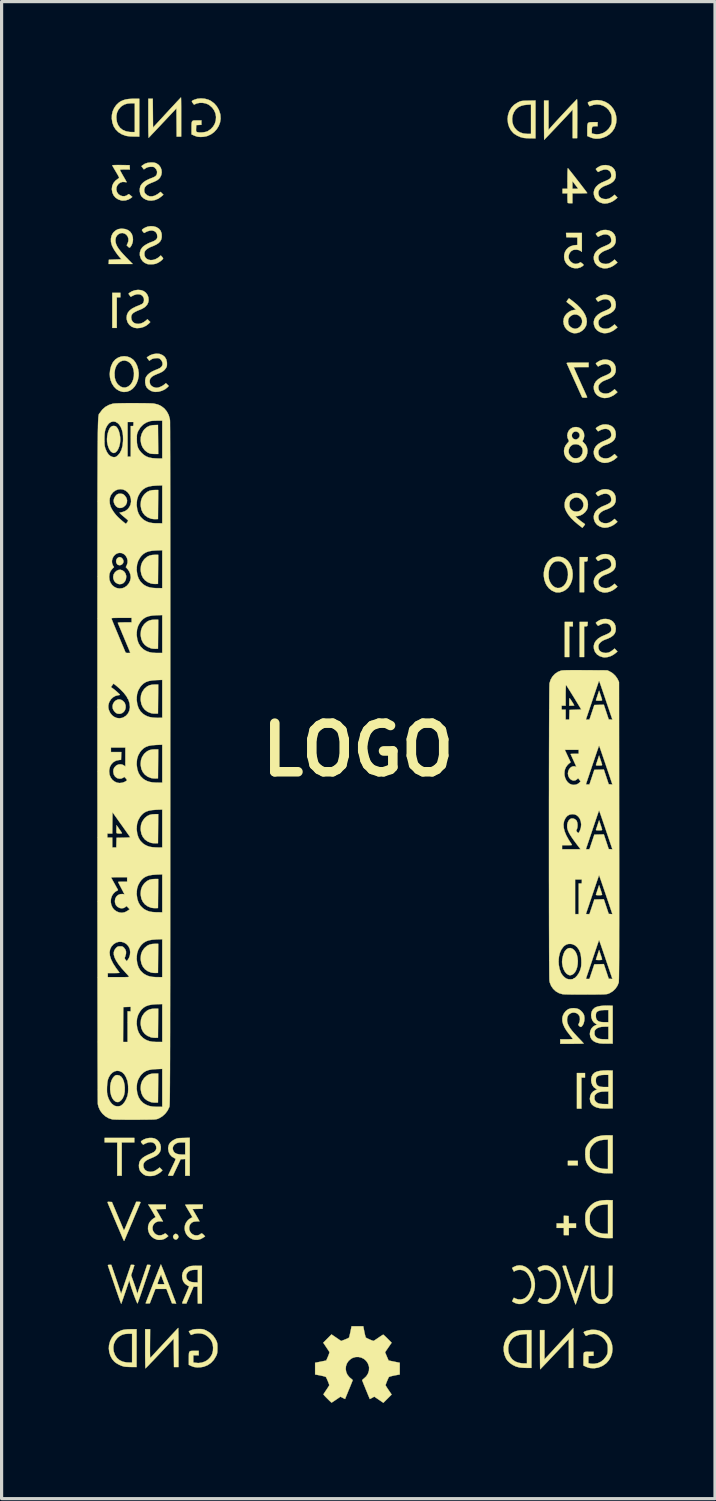
<source format=kicad_pcb>
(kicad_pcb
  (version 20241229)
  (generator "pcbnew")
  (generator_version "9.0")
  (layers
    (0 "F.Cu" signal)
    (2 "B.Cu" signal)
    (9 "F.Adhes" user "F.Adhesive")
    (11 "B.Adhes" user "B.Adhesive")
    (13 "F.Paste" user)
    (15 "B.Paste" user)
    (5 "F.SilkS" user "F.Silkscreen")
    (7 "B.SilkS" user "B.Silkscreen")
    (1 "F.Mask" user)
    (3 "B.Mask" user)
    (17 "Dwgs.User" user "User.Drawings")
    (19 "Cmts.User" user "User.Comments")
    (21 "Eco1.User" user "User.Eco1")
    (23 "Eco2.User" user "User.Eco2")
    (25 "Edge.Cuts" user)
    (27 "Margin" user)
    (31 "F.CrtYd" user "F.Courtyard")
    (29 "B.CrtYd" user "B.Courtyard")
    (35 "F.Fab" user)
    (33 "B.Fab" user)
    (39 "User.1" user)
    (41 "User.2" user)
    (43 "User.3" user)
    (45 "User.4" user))
  (footprint "LOGO"
    (layer "F.Cu")
    (at 8.18 20.463)
    (property "Reference" "LOGO" (at 0 0 0) (layer "F.SilkS") (effects (font (size 1.524 1.524) (thickness 0.3))))
    (attr through_hole)
    (fp_poly (pts (xy 6.89 13.032) (xy 6.579 13.032) (xy 6.579 12.891) (xy 6.89 12.891) (xy 6.89 13.032)) (stroke (width 0.01) (type solid)) (fill yes) (layer "F.SilkS"))
    (fp_poly (pts (xy -7.455 -14.19) (xy -7.568 -14.19) (xy -7.568 -13.229) (xy -7.709 -13.229) (xy -7.709 -14.331) (xy -7.455 -14.331) (xy -7.455 -14.19)) (stroke (width 0.01) (type solid)) (fill yes) (layer "F.SilkS"))
    (fp_poly (pts (xy 6.735 -3.869) (xy 6.622 -3.869) (xy 6.622 -2.909) (xy 6.481 -2.909) (xy 6.481 -4.01) (xy 6.735 -4.01) (xy 6.735 -3.869)) (stroke (width 0.01) (type solid)) (fill yes) (layer "F.SilkS"))
    (fp_poly (pts (xy 7.116 10.279) (xy 7.003 10.279) (xy 7.003 11.253) (xy 6.862 11.253) (xy 6.862 10.137) (xy 7.116 10.137) (xy 7.116 10.279)) (stroke (width 0.01) (type solid)) (fill yes) (layer "F.SilkS"))
    (fp_poly (pts (xy -7.017 12.312) (xy -7.412 12.312) (xy -7.412 13.357) (xy -7.554 13.357) (xy -7.554 12.312) (xy -7.949 12.312) (xy -7.949 12.171) (xy -7.017 12.171) (xy -7.017 12.312)) (stroke (width 0.01) (type solid)) (fill yes) (layer "F.SilkS"))
    (fp_poly (pts (xy 7.198 -5.976) (xy 7.194 -5.935) (xy 7.186 -5.915) (xy 7.166 -5.907) (xy 7.141 -5.904) (xy 7.088 -5.9) (xy 7.088 -4.942) (xy 6.947 -4.942) (xy 6.947 -6.043) (xy 7.202 -6.043) (xy 7.198 -5.976)) (stroke (width 0.01) (type solid)) (fill yes) (layer "F.SilkS"))
    (fp_poly (pts (xy 7.198 -3.943) (xy 7.194 -3.902) (xy 7.186 -3.882) (xy 7.166 -3.874) (xy 7.141 -3.871) (xy 7.088 -3.867) (xy 7.088 -2.909) (xy 6.947 -2.909) (xy 6.947 -4.01) (xy 7.202 -4.01) (xy 7.198 -3.943)) (stroke (width 0.01) (type solid)) (fill yes) (layer "F.SilkS"))
    (fp_poly (pts (xy 6.526 14.616) (xy 6.601 14.62) (xy 6.605 14.737) (xy 6.609 14.853) (xy 6.834 14.853) (xy 6.834 14.994) (xy 6.608 14.994) (xy 6.608 15.22) (xy 6.452 15.22) (xy 6.452 14.994) (xy 6.226 14.994) (xy 6.226 14.853) (xy 6.452 14.853) (xy 6.452 14.612) (xy 6.526 14.616)) (stroke (width 0.01) (type solid)) (fill yes) (layer "F.SilkS"))
    (fp_poly (pts (xy -7.431 -6.03) (xy -7.393 -5.998) (xy -7.366 -5.954) (xy -7.356 -5.909) (xy -7.368 -5.858) (xy -7.398 -5.819) (xy -7.44 -5.794) (xy -7.487 -5.787) (xy -7.533 -5.801) (xy -7.553 -5.817) (xy -7.582 -5.862) (xy -7.59 -5.914) (xy -7.58 -5.964) (xy -7.553 -6.007) (xy -7.512 -6.035) (xy -7.472 -6.043) (xy -7.431 -6.03)) (stroke (width 0.01) (type solid)) (fill yes) (layer "F.SilkS"))
    (fp_poly (pts (xy -5.682 15.19) (xy -5.651 15.221) (xy -5.634 15.26) (xy -5.633 15.27) (xy -5.645 15.309) (xy -5.673 15.343) (xy -5.709 15.361) (xy -5.718 15.361) (xy -5.749 15.352) (xy -5.775 15.333) (xy -5.796 15.3) (xy -5.803 15.27) (xy -5.791 15.23) (xy -5.763 15.197) (xy -5.727 15.179) (xy -5.718 15.178) (xy -5.682 15.19)) (stroke (width 0.01) (type solid)) (fill yes) (layer "F.SilkS"))
    (fp_poly (pts (xy -7.496 2.478) (xy -7.461 2.528) (xy -7.432 2.571) (xy -7.412 2.6) (xy -7.407 2.608) (xy -7.408 2.619) (xy -7.429 2.624) (xy -7.474 2.626) (xy -7.483 2.626) (xy -7.539 2.623) (xy -7.57 2.614) (xy -7.576 2.607) (xy -7.579 2.585) (xy -7.58 2.542) (xy -7.579 2.489) (xy -7.579 2.477) (xy -7.575 2.365) (xy -7.496 2.478)) (stroke (width 0.01) (type solid)) (fill yes) (layer "F.SilkS"))
    (fp_poly (pts (xy 6.637 -1.612) (xy 6.641 -1.609) (xy 6.656 -1.589) (xy 6.68 -1.553) (xy 6.708 -1.509) (xy 6.736 -1.465) (xy 6.759 -1.425) (xy 6.774 -1.399) (xy 6.777 -1.391) (xy 6.764 -1.387) (xy 6.731 -1.384) (xy 6.699 -1.384) (xy 6.622 -1.384) (xy 6.622 -1.507) (xy 6.622 -1.565) (xy 6.625 -1.6) (xy 6.629 -1.614) (xy 6.637 -1.612)) (stroke (width 0.01) (type solid)) (fill yes) (layer "F.SilkS"))
    (fp_poly (pts (xy 7.604 -1.714) (xy 7.624 -1.654) (xy 7.64 -1.603) (xy 7.65 -1.568) (xy 7.652 -1.557) (xy 7.642 -1.546) (xy 7.61 -1.541) (xy 7.552 -1.539) (xy 7.497 -1.54) (xy 7.467 -1.545) (xy 7.458 -1.554) (xy 7.458 -1.557) (xy 7.465 -1.577) (xy 7.479 -1.617) (xy 7.497 -1.671) (xy 7.511 -1.714) (xy 7.557 -1.853) (xy 7.604 -1.714)) (stroke (width 0.01) (type solid)) (fill yes) (layer "F.SilkS"))
    (fp_poly (pts (xy 7.604 0.319) (xy 7.624 0.379) (xy 7.64 0.43) (xy 7.65 0.465) (xy 7.652 0.477) (xy 7.642 0.487) (xy 7.61 0.492) (xy 7.552 0.494) (xy 7.497 0.493) (xy 7.467 0.488) (xy 7.458 0.48) (xy 7.458 0.477) (xy 7.465 0.456) (xy 7.479 0.416) (xy 7.497 0.362) (xy 7.511 0.319) (xy 7.557 0.18) (xy 7.604 0.319)) (stroke (width 0.01) (type solid)) (fill yes) (layer "F.SilkS"))
    (fp_poly (pts (xy 7.604 2.352) (xy 7.624 2.412) (xy 7.64 2.463) (xy 7.65 2.498) (xy 7.652 2.51) (xy 7.642 2.52) (xy 7.61 2.526) (xy 7.552 2.527) (xy 7.497 2.526) (xy 7.467 2.521) (xy 7.458 2.513) (xy 7.458 2.51) (xy 7.465 2.489) (xy 7.479 2.449) (xy 7.497 2.395) (xy 7.511 2.352) (xy 7.557 2.213) (xy 7.604 2.352)) (stroke (width 0.01) (type solid)) (fill yes) (layer "F.SilkS"))
    (fp_poly (pts (xy 7.604 4.386) (xy 7.624 4.445) (xy 7.64 4.496) (xy 7.65 4.531) (xy 7.652 4.543) (xy 7.642 4.553) (xy 7.61 4.559) (xy 7.552 4.56) (xy 7.497 4.559) (xy 7.467 4.554) (xy 7.458 4.546) (xy 7.458 4.543) (xy 7.465 4.523) (xy 7.479 4.482) (xy 7.497 4.428) (xy 7.511 4.386) (xy 7.557 4.246) (xy 7.604 4.386)) (stroke (width 0.01) (type solid)) (fill yes) (layer "F.SilkS"))
    (fp_poly (pts (xy 7.604 6.419) (xy 7.624 6.478) (xy 7.64 6.529) (xy 7.65 6.564) (xy 7.652 6.576) (xy 7.642 6.586) (xy 7.61 6.592) (xy 7.552 6.594) (xy 7.497 6.592) (xy 7.467 6.588) (xy 7.458 6.579) (xy 7.458 6.576) (xy 7.465 6.556) (xy 7.479 6.515) (xy 7.497 6.461) (xy 7.511 6.419) (xy 7.557 6.279) (xy 7.604 6.419)) (stroke (width 0.01) (type solid)) (fill yes) (layer "F.SilkS"))
    (fp_poly (pts (xy -7.385 -5.624) (xy -7.334 -5.586) (xy -7.296 -5.531) (xy -7.274 -5.463) (xy -7.271 -5.425) (xy -7.282 -5.345) (xy -7.312 -5.279) (xy -7.358 -5.229) (xy -7.416 -5.2) (xy -7.482 -5.193) (xy -7.532 -5.203) (xy -7.601 -5.24) (xy -7.649 -5.296) (xy -7.676 -5.369) (xy -7.681 -5.425) (xy -7.667 -5.498) (xy -7.627 -5.564) (xy -7.569 -5.615) (xy -7.507 -5.642) (xy -7.445 -5.644) (xy -7.385 -5.624)) (stroke (width 0.01) (type solid)) (fill yes) (layer "F.SilkS"))
    (fp_poly (pts (xy -6.272 -7.691) (xy -6.276 -7.236) (xy -6.354 -7.233) (xy -6.413 -7.235) (xy -6.473 -7.243) (xy -6.496 -7.248) (xy -6.6 -7.29) (xy -6.686 -7.352) (xy -6.751 -7.433) (xy -6.796 -7.531) (xy -6.817 -7.644) (xy -6.819 -7.695) (xy -6.808 -7.809) (xy -6.774 -7.908) (xy -6.715 -7.996) (xy -6.687 -8.027) (xy -6.618 -8.085) (xy -6.544 -8.122) (xy -6.459 -8.142) (xy -6.372 -8.147) (xy -6.268 -8.147) (xy -6.272 -7.691)) (stroke (width 0.01) (type solid)) (fill yes) (layer "F.SilkS"))
    (fp_poly (pts (xy -6.272 -5.658) (xy -6.276 -5.203) (xy -6.354 -5.2) (xy -6.413 -5.202) (xy -6.473 -5.21) (xy -6.496 -5.215) (xy -6.6 -5.257) (xy -6.686 -5.319) (xy -6.751 -5.4) (xy -6.796 -5.498) (xy -6.817 -5.611) (xy -6.819 -5.662) (xy -6.808 -5.775) (xy -6.774 -5.875) (xy -6.715 -5.963) (xy -6.687 -5.994) (xy -6.618 -6.052) (xy -6.544 -6.089) (xy -6.459 -6.109) (xy -6.372 -6.114) (xy -6.268 -6.114) (xy -6.272 -5.658)) (stroke (width 0.01) (type solid)) (fill yes) (layer "F.SilkS"))
    (fp_poly (pts (xy -6.272 -3.625) (xy -6.276 -3.17) (xy -6.354 -3.167) (xy -6.413 -3.169) (xy -6.473 -3.176) (xy -6.496 -3.182) (xy -6.6 -3.224) (xy -6.686 -3.286) (xy -6.751 -3.367) (xy -6.796 -3.465) (xy -6.817 -3.578) (xy -6.819 -3.629) (xy -6.808 -3.742) (xy -6.774 -3.842) (xy -6.715 -3.93) (xy -6.687 -3.961) (xy -6.618 -4.019) (xy -6.544 -4.056) (xy -6.459 -4.076) (xy -6.372 -4.08) (xy -6.268 -4.08) (xy -6.272 -3.625)) (stroke (width 0.01) (type solid)) (fill yes) (layer "F.SilkS"))
    (fp_poly (pts (xy -6.272 -1.592) (xy -6.276 -1.137) (xy -6.354 -1.134) (xy -6.413 -1.135) (xy -6.473 -1.143) (xy -6.496 -1.149) (xy -6.6 -1.19) (xy -6.686 -1.253) (xy -6.751 -1.334) (xy -6.796 -1.431) (xy -6.817 -1.545) (xy -6.819 -1.595) (xy -6.808 -1.709) (xy -6.774 -1.808) (xy -6.715 -1.897) (xy -6.687 -1.928) (xy -6.618 -1.986) (xy -6.544 -2.023) (xy -6.459 -2.042) (xy -6.372 -2.047) (xy -6.268 -2.047) (xy -6.272 -1.592)) (stroke (width 0.01) (type solid)) (fill yes) (layer "F.SilkS"))
    (fp_poly (pts (xy -6.272 0.441) (xy -6.276 0.897) (xy -6.354 0.899) (xy -6.413 0.898) (xy -6.473 0.89) (xy -6.496 0.885) (xy -6.6 0.843) (xy -6.686 0.78) (xy -6.751 0.7) (xy -6.796 0.602) (xy -6.817 0.489) (xy -6.819 0.438) (xy -6.808 0.324) (xy -6.774 0.225) (xy -6.715 0.136) (xy -6.687 0.105) (xy -6.618 0.048) (xy -6.544 0.01) (xy -6.459 -0.009) (xy -6.372 -0.014) (xy -6.268 -0.014) (xy -6.272 0.441)) (stroke (width 0.01) (type solid)) (fill yes) (layer "F.SilkS"))
    (fp_poly (pts (xy -6.272 2.474) (xy -6.276 2.93) (xy -6.354 2.933) (xy -6.413 2.931) (xy -6.473 2.923) (xy -6.496 2.918) (xy -6.6 2.876) (xy -6.686 2.814) (xy -6.751 2.733) (xy -6.796 2.635) (xy -6.817 2.522) (xy -6.819 2.471) (xy -6.808 2.357) (xy -6.774 2.258) (xy -6.715 2.17) (xy -6.687 2.138) (xy -6.618 2.081) (xy -6.544 2.043) (xy -6.459 2.024) (xy -6.372 2.019) (xy -6.268 2.019) (xy -6.272 2.474)) (stroke (width 0.01) (type solid)) (fill yes) (layer "F.SilkS"))
    (fp_poly (pts (xy -6.272 4.507) (xy -6.276 4.963) (xy -6.354 4.966) (xy -6.413 4.964) (xy -6.473 4.956) (xy -6.496 4.951) (xy -6.6 4.909) (xy -6.686 4.847) (xy -6.751 4.766) (xy -6.796 4.668) (xy -6.817 4.555) (xy -6.819 4.504) (xy -6.808 4.39) (xy -6.774 4.291) (xy -6.715 4.203) (xy -6.687 4.172) (xy -6.618 4.114) (xy -6.544 4.076) (xy -6.459 4.057) (xy -6.372 4.052) (xy -6.268 4.052) (xy -6.272 4.507)) (stroke (width 0.01) (type solid)) (fill yes) (layer "F.SilkS"))
    (fp_poly (pts (xy -6.272 6.541) (xy -6.276 6.996) (xy -6.354 6.999) (xy -6.413 6.997) (xy -6.473 6.989) (xy -6.496 6.984) (xy -6.6 6.942) (xy -6.686 6.88) (xy -6.751 6.799) (xy -6.796 6.701) (xy -6.817 6.588) (xy -6.819 6.537) (xy -6.808 6.423) (xy -6.774 6.324) (xy -6.715 6.236) (xy -6.687 6.205) (xy -6.618 6.147) (xy -6.544 6.11) (xy -6.459 6.09) (xy -6.372 6.085) (xy -6.268 6.085) (xy -6.272 6.541)) (stroke (width 0.01) (type solid)) (fill yes) (layer "F.SilkS"))
    (fp_poly (pts (xy -6.272 8.574) (xy -6.276 9.029) (xy -6.354 9.032) (xy -6.413 9.03) (xy -6.473 9.022) (xy -6.496 9.017) (xy -6.6 8.975) (xy -6.686 8.913) (xy -6.751 8.832) (xy -6.796 8.734) (xy -6.817 8.621) (xy -6.819 8.57) (xy -6.808 8.456) (xy -6.774 8.357) (xy -6.715 8.269) (xy -6.687 8.238) (xy -6.618 8.18) (xy -6.544 8.143) (xy -6.459 8.123) (xy -6.372 8.118) (xy -6.268 8.118) (xy -6.272 8.574)) (stroke (width 0.01) (type solid)) (fill yes) (layer "F.SilkS"))
    (fp_poly (pts (xy -6.272 10.607) (xy -6.276 11.062) (xy -6.354 11.065) (xy -6.413 11.063) (xy -6.473 11.055) (xy -6.496 11.05) (xy -6.6 11.008) (xy -6.686 10.946) (xy -6.751 10.865) (xy -6.796 10.767) (xy -6.817 10.654) (xy -6.819 10.603) (xy -6.808 10.49) (xy -6.774 10.39) (xy -6.715 10.302) (xy -6.687 10.271) (xy -6.618 10.213) (xy -6.544 10.176) (xy -6.459 10.156) (xy -6.372 10.152) (xy -6.268 10.152) (xy -6.272 10.607)) (stroke (width 0.01) (type solid)) (fill yes) (layer "F.SilkS"))
    (fp_poly (pts (xy -7.433 -1.569) (xy -7.377 -1.536) (xy -7.331 -1.489) (xy -7.314 -1.461) (xy -7.29 -1.387) (xy -7.29 -1.314) (xy -7.309 -1.248) (xy -7.346 -1.192) (xy -7.398 -1.151) (xy -7.461 -1.129) (xy -7.533 -1.13) (xy -7.539 -1.131) (xy -7.591 -1.154) (xy -7.639 -1.198) (xy -7.677 -1.254) (xy -7.695 -1.298) (xy -7.701 -1.371) (xy -7.685 -1.44) (xy -7.649 -1.501) (xy -7.598 -1.548) (xy -7.535 -1.576) (xy -7.49 -1.581) (xy -7.433 -1.569)) (stroke (width 0.01) (type solid)) (fill yes) (layer "F.SilkS"))
    (fp_poly (pts (xy -6.272 -9.731) (xy -6.268 -9.276) (xy -6.378 -9.277) (xy -6.436 -9.279) (xy -6.487 -9.283) (xy -6.521 -9.289) (xy -6.523 -9.289) (xy -6.603 -9.324) (xy -6.675 -9.379) (xy -6.702 -9.407) (xy -6.763 -9.493) (xy -6.802 -9.592) (xy -6.819 -9.697) (xy -6.814 -9.805) (xy -6.787 -9.908) (xy -6.738 -10.003) (xy -6.697 -10.054) (xy -6.626 -10.116) (xy -6.546 -10.157) (xy -6.451 -10.179) (xy -6.386 -10.183) (xy -6.276 -10.187) (xy -6.272 -9.731)) (stroke (width 0.01) (type solid)) (fill yes) (layer "F.SilkS"))
    (fp_poly (pts (xy -7.437 -8.03) (xy -7.39 -8.023) (xy -7.355 -8.006) (xy -7.32 -7.975) (xy -7.312 -7.966) (xy -7.266 -7.9) (xy -7.245 -7.828) (xy -7.25 -7.755) (xy -7.279 -7.687) (xy -7.295 -7.667) (xy -7.353 -7.615) (xy -7.419 -7.587) (xy -7.488 -7.583) (xy -7.532 -7.595) (xy -7.587 -7.632) (xy -7.631 -7.688) (xy -7.659 -7.755) (xy -7.667 -7.81) (xy -7.655 -7.872) (xy -7.626 -7.934) (xy -7.585 -7.986) (xy -7.559 -8.007) (xy -7.519 -8.026) (xy -7.476 -8.032) (xy -7.437 -8.03)) (stroke (width 0.01) (type solid)) (fill yes) (layer "F.SilkS"))
    (fp_poly (pts (xy -7.484 10.214) (xy -7.428 10.253) (xy -7.382 10.315) (xy -7.348 10.4) (xy -7.325 10.505) (xy -7.317 10.591) (xy -7.319 10.723) (xy -7.341 10.836) (xy -7.383 10.929) (xy -7.423 10.983) (xy -7.476 11.029) (xy -7.527 11.049) (xy -7.581 11.043) (xy -7.61 11.031) (xy -7.665 10.987) (xy -7.71 10.923) (xy -7.744 10.841) (xy -7.766 10.749) (xy -7.776 10.65) (xy -7.774 10.549) (xy -7.759 10.452) (xy -7.731 10.363) (xy -7.69 10.288) (xy -7.667 10.259) (xy -7.632 10.225) (xy -7.603 10.207) (xy -7.57 10.201) (xy -7.548 10.201) (xy -7.484 10.214)) (stroke (width 0.01) (type solid)) (fill yes) (layer "F.SilkS"))
    (fp_poly (pts (xy -7.607 -10.147) (xy -7.583 -10.131) (xy -7.54 -10.077) (xy -7.505 -10.001) (xy -7.479 -9.91) (xy -7.463 -9.81) (xy -7.459 -9.707) (xy -7.467 -9.617) (xy -7.487 -9.524) (xy -7.518 -9.442) (xy -7.555 -9.377) (xy -7.597 -9.334) (xy -7.601 -9.331) (xy -7.638 -9.312) (xy -7.665 -9.307) (xy -7.696 -9.315) (xy -7.703 -9.318) (xy -7.751 -9.351) (xy -7.794 -9.408) (xy -7.83 -9.484) (xy -7.857 -9.575) (xy -7.872 -9.658) (xy -7.875 -9.746) (xy -7.867 -9.839) (xy -7.849 -9.931) (xy -7.822 -10.015) (xy -7.789 -10.084) (xy -7.756 -10.125) (xy -7.711 -10.151) (xy -7.658 -10.158) (xy -7.607 -10.147)) (stroke (width 0.01) (type solid)) (fill yes) (layer "F.SilkS"))
    (fp_poly (pts (xy 6.717 6.236) (xy 6.778 6.282) (xy 6.78 6.284) (xy 6.828 6.351) (xy 6.862 6.432) (xy 6.882 6.525) (xy 6.891 6.622) (xy 6.886 6.721) (xy 6.87 6.816) (xy 6.842 6.902) (xy 6.804 6.974) (xy 6.754 7.029) (xy 6.712 7.054) (xy 6.669 7.069) (xy 6.635 7.071) (xy 6.597 7.059) (xy 6.594 7.058) (xy 6.536 7.021) (xy 6.485 6.96) (xy 6.444 6.882) (xy 6.414 6.791) (xy 6.398 6.691) (xy 6.396 6.642) (xy 6.403 6.561) (xy 6.421 6.474) (xy 6.447 6.391) (xy 6.479 6.324) (xy 6.482 6.319) (xy 6.533 6.259) (xy 6.591 6.224) (xy 6.654 6.216) (xy 6.717 6.236)) (stroke (width 0.01) (type solid)) (fill yes) (layer "F.SilkS"))
    (fp_poly (pts (xy -5.553 -20.445) (xy -5.552 -20.406) (xy -5.551 -20.344) (xy -5.55 -20.263) (xy -5.549 -20.165) (xy -5.549 -20.053) (xy -5.549 -19.93) (xy -5.549 -19.844) (xy -5.549 -19.23) (xy -5.69 -19.23) (xy -5.697 -20.116) (xy -6.128 -19.658) (xy -6.217 -19.563) (xy -6.301 -19.474) (xy -6.377 -19.393) (xy -6.443 -19.324) (xy -6.497 -19.267) (xy -6.537 -19.224) (xy -6.562 -19.199) (xy -6.569 -19.193) (xy -6.571 -19.205) (xy -6.573 -19.243) (xy -6.575 -19.303) (xy -6.577 -19.383) (xy -6.578 -19.48) (xy -6.579 -19.591) (xy -6.579 -19.713) (xy -6.579 -19.801) (xy -6.579 -20.416) (xy -6.439 -20.416) (xy -6.431 -19.513) (xy -5.995 -19.986) (xy -5.906 -20.083) (xy -5.822 -20.173) (xy -5.746 -20.254) (xy -5.681 -20.325) (xy -5.626 -20.383) (xy -5.586 -20.425) (xy -5.561 -20.451) (xy -5.554 -20.458) (xy -5.553 -20.445)) (stroke (width 0.01) (type solid)) (fill yes) (layer "F.SilkS"))
    (fp_poly (pts (xy 6.749 19.385) (xy 6.608 19.385) (xy 6.608 18.482) (xy 6.511 18.584) (xy 6.376 18.728) (xy 6.25 18.862) (xy 6.134 18.984) (xy 6.03 19.094) (xy 5.939 19.191) (xy 5.861 19.272) (xy 5.798 19.338) (xy 5.751 19.387) (xy 5.722 19.417) (xy 5.71 19.428) (xy 5.71 19.428) (xy 5.709 19.414) (xy 5.708 19.375) (xy 5.707 19.314) (xy 5.706 19.232) (xy 5.705 19.134) (xy 5.704 19.023) (xy 5.704 18.9) (xy 5.704 18.814) (xy 5.704 18.199) (xy 5.845 18.199) (xy 5.845 19.115) (xy 5.913 19.042) (xy 5.939 19.015) (xy 5.981 18.969) (xy 6.036 18.909) (xy 6.103 18.837) (xy 6.177 18.755) (xy 6.258 18.668) (xy 6.332 18.588) (xy 6.413 18.499) (xy 6.49 18.416) (xy 6.559 18.341) (xy 6.619 18.276) (xy 6.666 18.224) (xy 6.699 18.189) (xy 6.715 18.171) (xy 6.749 18.136) (xy 6.749 19.385)) (stroke (width 0.01) (type solid)) (fill yes) (layer "F.SilkS"))
    (fp_poly (pts (xy -6.862 -19.23) (xy -7.028 -19.231) (xy -7.149 -19.235) (xy -7.248 -19.248) (xy -7.287 -19.256) (xy -7.41 -19.301) (xy -7.515 -19.367) (xy -7.601 -19.451) (xy -7.665 -19.552) (xy -7.706 -19.668) (xy -7.725 -19.797) (xy -7.724 -19.801) (xy -7.58 -19.801) (xy -7.563 -19.685) (xy -7.523 -19.585) (xy -7.463 -19.503) (xy -7.383 -19.44) (xy -7.284 -19.397) (xy -7.168 -19.375) (xy -7.112 -19.372) (xy -7.003 -19.371) (xy -7.003 -20.275) (xy -7.115 -20.275) (xy -7.23 -20.266) (xy -7.327 -20.237) (xy -7.41 -20.188) (xy -7.455 -20.148) (xy -7.519 -20.069) (xy -7.56 -19.981) (xy -7.579 -19.879) (xy -7.58 -19.801) (xy -7.724 -19.801) (xy -7.721 -19.909) (xy -7.697 -20.019) (xy -7.65 -20.124) (xy -7.584 -20.219) (xy -7.503 -20.296) (xy -7.445 -20.335) (xy -7.368 -20.37) (xy -7.287 -20.395) (xy -7.194 -20.409) (xy -7.082 -20.416) (xy -7.035 -20.416) (xy -6.862 -20.416) (xy -6.862 -19.23)) (stroke (width 0.01) (type solid)) (fill yes) (layer "F.SilkS"))
    (fp_poly (pts (xy 6.667 16.633) (xy 6.817 17.085) (xy 6.967 16.633) (xy 7.118 16.18) (xy 7.175 16.18) (xy 7.213 16.184) (xy 7.226 16.194) (xy 7.225 16.198) (xy 7.22 16.215) (xy 7.206 16.255) (xy 7.185 16.317) (xy 7.159 16.397) (xy 7.127 16.493) (xy 7.091 16.602) (xy 7.052 16.72) (xy 7.024 16.802) (xy 6.984 16.924) (xy 6.945 17.039) (xy 6.91 17.143) (xy 6.88 17.232) (xy 6.855 17.305) (xy 6.836 17.359) (xy 6.824 17.39) (xy 6.821 17.398) (xy 6.815 17.387) (xy 6.801 17.352) (xy 6.78 17.295) (xy 6.753 17.22) (xy 6.721 17.128) (xy 6.684 17.022) (xy 6.645 16.905) (xy 6.611 16.804) (xy 6.569 16.68) (xy 6.531 16.563) (xy 6.496 16.458) (xy 6.466 16.366) (xy 6.441 16.291) (xy 6.423 16.235) (xy 6.413 16.2) (xy 6.41 16.191) (xy 6.422 16.184) (xy 6.453 16.181) (xy 6.463 16.18) (xy 6.517 16.18) (xy 6.667 16.633)) (stroke (width 0.01) (type solid)) (fill yes) (layer "F.SilkS"))
    (fp_poly (pts (xy -6.947 19.357) (xy -7.112 19.356) (xy -7.185 19.354) (xy -7.254 19.351) (xy -7.31 19.346) (xy -7.34 19.342) (xy -7.423 19.317) (xy -7.511 19.277) (xy -7.593 19.228) (xy -7.644 19.187) (xy -7.714 19.105) (xy -7.767 19.005) (xy -7.803 18.894) (xy -7.817 18.779) (xy -7.815 18.738) (xy -7.676 18.738) (xy -7.667 18.851) (xy -7.661 18.878) (xy -7.621 18.985) (xy -7.561 19.073) (xy -7.482 19.14) (xy -7.385 19.187) (xy -7.271 19.211) (xy -7.197 19.215) (xy -7.088 19.216) (xy -7.088 18.312) (xy -7.2 18.312) (xy -7.312 18.321) (xy -7.406 18.347) (xy -7.488 18.394) (xy -7.548 18.446) (xy -7.615 18.532) (xy -7.658 18.631) (xy -7.676 18.738) (xy -7.815 18.738) (xy -7.811 18.673) (xy -7.777 18.545) (xy -7.72 18.432) (xy -7.642 18.338) (xy -7.544 18.263) (xy -7.428 18.208) (xy -7.377 18.193) (xy -7.31 18.181) (xy -7.221 18.173) (xy -7.12 18.171) (xy -6.947 18.171) (xy -6.947 19.357)) (stroke (width 0.01) (type solid)) (fill yes) (layer "F.SilkS"))
    (fp_poly (pts (xy 5.436 19.385) (xy 5.284 19.384) (xy 5.211 19.382) (xy 5.14 19.378) (xy 5.08 19.373) (xy 5.055 19.369) (xy 4.951 19.341) (xy 4.851 19.293) (xy 4.76 19.23) (xy 4.685 19.156) (xy 4.641 19.092) (xy 4.592 18.976) (xy 4.568 18.855) (xy 4.566 18.752) (xy 4.707 18.752) (xy 4.712 18.865) (xy 4.727 18.928) (xy 4.772 19.032) (xy 4.836 19.116) (xy 4.919 19.179) (xy 5.021 19.22) (xy 5.141 19.241) (xy 5.192 19.243) (xy 5.295 19.244) (xy 5.295 18.322) (xy 5.178 18.33) (xy 5.056 18.348) (xy 4.955 18.381) (xy 4.873 18.431) (xy 4.844 18.457) (xy 4.773 18.545) (xy 4.727 18.645) (xy 4.707 18.752) (xy 4.566 18.752) (xy 4.566 18.733) (xy 4.587 18.615) (xy 4.63 18.505) (xy 4.694 18.406) (xy 4.778 18.323) (xy 4.805 18.303) (xy 4.876 18.261) (xy 4.951 18.232) (xy 5.037 18.212) (xy 5.139 18.202) (xy 5.247 18.199) (xy 5.436 18.199) (xy 5.436 19.385)) (stroke (width 0.01) (type solid)) (fill yes) (layer "F.SilkS"))
    (fp_poly (pts (xy 7.017 -15.615) (xy 6.976 -15.645) (xy 6.924 -15.67) (xy 6.858 -15.683) (xy 6.789 -15.682) (xy 6.744 -15.673) (xy 6.684 -15.639) (xy 6.638 -15.586) (xy 6.609 -15.521) (xy 6.6 -15.45) (xy 6.607 -15.407) (xy 6.627 -15.362) (xy 6.658 -15.318) (xy 6.667 -15.309) (xy 6.734 -15.259) (xy 6.803 -15.237) (xy 6.874 -15.242) (xy 6.924 -15.262) (xy 6.978 -15.29) (xy 7.026 -15.253) (xy 7.059 -15.226) (xy 7.071 -15.206) (xy 7.064 -15.189) (xy 7.049 -15.175) (xy 6.978 -15.13) (xy 6.893 -15.104) (xy 6.802 -15.1) (xy 6.715 -15.117) (xy 6.713 -15.118) (xy 6.623 -15.163) (xy 6.553 -15.222) (xy 6.503 -15.293) (xy 6.472 -15.371) (xy 6.46 -15.454) (xy 6.466 -15.536) (xy 6.49 -15.615) (xy 6.532 -15.686) (xy 6.591 -15.747) (xy 6.667 -15.792) (xy 6.759 -15.82) (xy 6.791 -15.824) (xy 6.876 -15.831) (xy 6.876 -16.067) (xy 6.703 -16.07) (xy 6.53 -16.074) (xy 6.526 -16.141) (xy 6.521 -16.209) (xy 7.017 -16.209) (xy 7.017 -15.615)) (stroke (width 0.01) (type solid)) (fill yes) (layer "F.SilkS"))
    (fp_poly (pts (xy 5.15 16.177) (xy 5.239 16.21) (xy 5.322 16.264) (xy 5.396 16.337) (xy 5.459 16.428) (xy 5.507 16.536) (xy 5.527 16.607) (xy 5.545 16.728) (xy 5.543 16.845) (xy 5.523 16.958) (xy 5.486 17.062) (xy 5.436 17.157) (xy 5.373 17.238) (xy 5.3 17.303) (xy 5.218 17.35) (xy 5.13 17.377) (xy 5.038 17.38) (xy 4.952 17.36) (xy 4.907 17.341) (xy 4.867 17.32) (xy 4.864 17.318) (xy 4.829 17.295) (xy 4.857 17.239) (xy 4.886 17.183) (xy 4.944 17.212) (xy 5.017 17.235) (xy 5.099 17.238) (xy 5.179 17.221) (xy 5.237 17.193) (xy 5.305 17.132) (xy 5.363 17.05) (xy 5.405 16.955) (xy 5.431 16.853) (xy 5.436 16.782) (xy 5.425 16.677) (xy 5.396 16.574) (xy 5.352 16.481) (xy 5.294 16.403) (xy 5.236 16.354) (xy 5.165 16.321) (xy 5.084 16.308) (xy 5.003 16.314) (xy 4.944 16.334) (xy 4.886 16.364) (xy 4.857 16.307) (xy 4.828 16.251) (xy 4.874 16.222) (xy 4.965 16.182) (xy 5.057 16.167) (xy 5.15 16.177)) (stroke (width 0.01) (type solid)) (fill yes) (layer "F.SilkS"))
    (fp_poly (pts (xy 5.563 -19.174) (xy 5.411 -19.175) (xy 5.338 -19.177) (xy 5.267 -19.181) (xy 5.207 -19.186) (xy 5.182 -19.19) (xy 5.087 -19.215) (xy 4.991 -19.258) (xy 4.904 -19.311) (xy 4.867 -19.342) (xy 4.791 -19.43) (xy 4.735 -19.534) (xy 4.701 -19.649) (xy 4.689 -19.769) (xy 4.69 -19.79) (xy 4.831 -19.79) (xy 4.837 -19.687) (xy 4.865 -19.588) (xy 4.912 -19.502) (xy 4.986 -19.421) (xy 5.075 -19.363) (xy 5.18 -19.328) (xy 5.302 -19.315) (xy 5.312 -19.315) (xy 5.422 -19.315) (xy 5.422 -20.236) (xy 5.305 -20.229) (xy 5.201 -20.217) (xy 5.115 -20.194) (xy 5.04 -20.159) (xy 5.01 -20.139) (xy 4.936 -20.072) (xy 4.881 -19.987) (xy 4.846 -19.892) (xy 4.831 -19.79) (xy 4.69 -19.79) (xy 4.699 -19.89) (xy 4.734 -20.007) (xy 4.75 -20.042) (xy 4.813 -20.144) (xy 4.893 -20.227) (xy 4.994 -20.293) (xy 5.024 -20.308) (xy 5.061 -20.325) (xy 5.092 -20.337) (xy 5.124 -20.345) (xy 5.163 -20.35) (xy 5.215 -20.354) (xy 5.285 -20.356) (xy 5.34 -20.357) (xy 5.563 -20.362) (xy 5.563 -19.174)) (stroke (width 0.01) (type solid)) (fill yes) (layer "F.SilkS"))
    (fp_poly (pts (xy 7.229 -12.001) (xy 6.996 -12.001) (xy 6.918 -12.001) (xy 6.852 -12) (xy 6.801 -11.998) (xy 6.77 -11.996) (xy 6.763 -11.994) (xy 6.769 -11.98) (xy 6.785 -11.943) (xy 6.81 -11.886) (xy 6.842 -11.813) (xy 6.882 -11.726) (xy 6.926 -11.627) (xy 6.969 -11.532) (xy 7.017 -11.425) (xy 7.062 -11.327) (xy 7.102 -11.239) (xy 7.135 -11.166) (xy 7.16 -11.109) (xy 7.177 -11.072) (xy 7.183 -11.059) (xy 7.178 -11.048) (xy 7.152 -11.042) (xy 7.111 -11.041) (xy 7.067 -11.043) (xy 7.035 -11.048) (xy 7.026 -11.053) (xy 7.019 -11.067) (xy 7.002 -11.104) (xy 6.976 -11.161) (xy 6.943 -11.232) (xy 6.905 -11.317) (xy 6.863 -11.411) (xy 6.818 -11.51) (xy 6.771 -11.612) (xy 6.726 -11.713) (xy 6.682 -11.811) (xy 6.641 -11.901) (xy 6.606 -11.98) (xy 6.576 -12.045) (xy 6.555 -12.093) (xy 6.543 -12.12) (xy 6.541 -12.125) (xy 6.545 -12.13) (xy 6.562 -12.135) (xy 6.596 -12.138) (xy 6.649 -12.14) (xy 6.723 -12.142) (xy 6.822 -12.142) (xy 6.881 -12.142) (xy 7.229 -12.142) (xy 7.229 -12.001)) (stroke (width 0.01) (type solid)) (fill yes) (layer "F.SilkS"))
    (fp_poly (pts (xy -4.899 17.366) (xy -5.026 17.366) (xy -5.03 17.102) (xy -5.033 16.837) (xy -5.16 16.837) (xy -5.273 17.101) (xy -5.386 17.366) (xy -5.454 17.366) (xy -5.495 17.365) (xy -5.513 17.359) (xy -5.516 17.347) (xy -5.514 17.34) (xy -5.506 17.319) (xy -5.488 17.276) (xy -5.464 17.217) (xy -5.433 17.146) (xy -5.401 17.071) (xy -5.297 16.829) (xy -5.352 16.801) (xy -5.426 16.748) (xy -5.48 16.678) (xy -5.511 16.592) (xy -5.518 16.506) (xy -5.39 16.506) (xy -5.377 16.571) (xy -5.346 16.625) (xy -5.298 16.664) (xy -5.231 16.689) (xy -5.141 16.7) (xy -5.108 16.701) (xy -5.026 16.703) (xy -5.026 16.307) (xy -5.108 16.307) (xy -5.197 16.314) (xy -5.266 16.333) (xy -5.321 16.367) (xy -5.335 16.381) (xy -5.376 16.44) (xy -5.39 16.506) (xy -5.518 16.506) (xy -5.519 16.492) (xy -5.518 16.477) (xy -5.498 16.388) (xy -5.454 16.311) (xy -5.388 16.249) (xy -5.303 16.206) (xy -5.272 16.196) (xy -5.235 16.189) (xy -5.178 16.184) (xy -5.111 16.181) (xy -5.058 16.18) (xy -4.899 16.18) (xy -4.899 17.366)) (stroke (width 0.01) (type solid)) (fill yes) (layer "F.SilkS"))
    (fp_poly (pts (xy -6.029 14.4) (xy -6.183 14.404) (xy -6.338 14.408) (xy -6.228 14.6) (xy -6.118 14.792) (xy -6.19 14.786) (xy -6.271 14.79) (xy -6.34 14.817) (xy -6.395 14.86) (xy -6.432 14.918) (xy -6.448 14.984) (xy -6.441 15.056) (xy -6.425 15.099) (xy -6.379 15.165) (xy -6.32 15.208) (xy -6.25 15.228) (xy -6.175 15.224) (xy -6.099 15.195) (xy -6.068 15.175) (xy -6.05 15.167) (xy -6.03 15.174) (xy -6.002 15.199) (xy -5.997 15.204) (xy -5.951 15.25) (xy -6.001 15.292) (xy -6.078 15.341) (xy -6.168 15.367) (xy -6.263 15.369) (xy -6.306 15.362) (xy -6.396 15.327) (xy -6.472 15.272) (xy -6.531 15.202) (xy -6.57 15.119) (xy -6.589 15.03) (xy -6.585 14.938) (xy -6.556 14.849) (xy -6.553 14.843) (xy -6.517 14.789) (xy -6.466 14.736) (xy -6.412 14.694) (xy -6.387 14.68) (xy -6.362 14.664) (xy -6.354 14.652) (xy -6.36 14.636) (xy -6.379 14.601) (xy -6.407 14.552) (xy -6.44 14.494) (xy -6.477 14.432) (xy -6.513 14.371) (xy -6.547 14.316) (xy -6.562 14.292) (xy -6.583 14.26) (xy -6.029 14.26) (xy -6.029 14.4)) (stroke (width 0.01) (type solid)) (fill yes) (layer "F.SilkS"))
    (fp_poly (pts (xy 7.415 16.622) (xy 7.416 16.746) (xy 7.418 16.845) (xy 7.419 16.922) (xy 7.422 16.981) (xy 7.425 17.025) (xy 7.429 17.058) (xy 7.434 17.082) (xy 7.44 17.101) (xy 7.449 17.118) (xy 7.449 17.119) (xy 7.496 17.184) (xy 7.557 17.223) (xy 7.632 17.239) (xy 7.644 17.239) (xy 7.722 17.228) (xy 7.784 17.194) (xy 7.829 17.138) (xy 7.837 17.122) (xy 7.844 17.104) (xy 7.85 17.083) (xy 7.855 17.056) (xy 7.858 17.02) (xy 7.861 16.972) (xy 7.862 16.909) (xy 7.863 16.826) (xy 7.864 16.721) (xy 7.864 16.622) (xy 7.864 16.18) (xy 7.979 16.18) (xy 7.974 16.651) (xy 7.97 17.121) (xy 7.928 17.205) (xy 7.874 17.283) (xy 7.808 17.337) (xy 7.726 17.368) (xy 7.662 17.376) (xy 7.606 17.375) (xy 7.555 17.369) (xy 7.529 17.362) (xy 7.46 17.325) (xy 7.399 17.271) (xy 7.357 17.212) (xy 7.341 17.176) (xy 7.328 17.133) (xy 7.318 17.081) (xy 7.311 17.016) (xy 7.305 16.934) (xy 7.302 16.834) (xy 7.3 16.712) (xy 7.3 16.579) (xy 7.3 16.18) (xy 7.41 16.18) (xy 7.415 16.622)) (stroke (width 0.01) (type solid)) (fill yes) (layer "F.SilkS"))
    (fp_poly (pts (xy -5.638 18.142) (xy -5.637 18.181) (xy -5.636 18.243) (xy -5.635 18.324) (xy -5.634 18.422) (xy -5.634 18.534) (xy -5.634 18.657) (xy -5.633 18.743) (xy -5.633 19.357) (xy -5.774 19.357) (xy -5.778 18.912) (xy -5.782 18.467) (xy -6.219 18.933) (xy -6.31 19.029) (xy -6.394 19.118) (xy -6.471 19.198) (xy -6.538 19.268) (xy -6.593 19.325) (xy -6.634 19.367) (xy -6.66 19.393) (xy -6.668 19.399) (xy -6.67 19.386) (xy -6.672 19.347) (xy -6.674 19.285) (xy -6.675 19.204) (xy -6.677 19.106) (xy -6.678 18.994) (xy -6.678 18.871) (xy -6.678 18.785) (xy -6.678 18.171) (xy -6.522 18.171) (xy -6.526 18.629) (xy -6.527 18.764) (xy -6.527 18.872) (xy -6.526 18.956) (xy -6.524 19.015) (xy -6.522 19.053) (xy -6.518 19.07) (xy -6.515 19.071) (xy -6.477 19.03) (xy -6.427 18.975) (xy -6.366 18.909) (xy -6.297 18.834) (xy -6.222 18.752) (xy -6.143 18.667) (xy -6.062 18.58) (xy -5.982 18.494) (xy -5.906 18.412) (xy -5.834 18.335) (xy -5.771 18.267) (xy -5.717 18.21) (xy -5.676 18.166) (xy -5.649 18.138) (xy -5.64 18.129) (xy -5.638 18.142)) (stroke (width 0.01) (type solid)) (fill yes) (layer "F.SilkS"))
    (fp_poly (pts (xy 6.59 -18.228) (xy 6.615 -18.197) (xy 6.653 -18.15) (xy 6.701 -18.09) (xy 6.756 -18.02) (xy 6.816 -17.943) (xy 6.879 -17.862) (xy 6.942 -17.781) (xy 7.002 -17.703) (xy 7.058 -17.63) (xy 7.107 -17.567) (xy 7.146 -17.515) (xy 7.173 -17.478) (xy 7.186 -17.459) (xy 7.187 -17.458) (xy 7.173 -17.455) (xy 7.136 -17.454) (xy 7.08 -17.452) (xy 7.01 -17.451) (xy 6.954 -17.451) (xy 6.721 -17.451) (xy 6.721 -17.14) (xy 6.652 -17.14) (xy 6.611 -17.142) (xy 6.581 -17.147) (xy 6.575 -17.15) (xy 6.571 -17.167) (xy 6.568 -17.206) (xy 6.566 -17.261) (xy 6.565 -17.305) (xy 6.565 -17.451) (xy 6.41 -17.451) (xy 6.41 -17.592) (xy 6.565 -17.592) (xy 6.721 -17.592) (xy 6.814 -17.592) (xy 6.864 -17.593) (xy 6.89 -17.597) (xy 6.896 -17.605) (xy 6.894 -17.61) (xy 6.879 -17.628) (xy 6.852 -17.663) (xy 6.818 -17.708) (xy 6.8 -17.731) (xy 6.721 -17.835) (xy 6.721 -17.592) (xy 6.565 -17.592) (xy 6.565 -17.918) (xy 6.566 -18.024) (xy 6.567 -18.112) (xy 6.57 -18.178) (xy 6.574 -18.221) (xy 6.578 -18.239) (xy 6.579 -18.239) (xy 6.59 -18.228)) (stroke (width 0.01) (type solid)) (fill yes) (layer "F.SilkS"))
    (fp_poly (pts (xy 6.867 -20.388) (xy 6.869 -20.349) (xy 6.871 -20.288) (xy 6.872 -20.207) (xy 6.873 -20.109) (xy 6.873 -19.997) (xy 6.873 -19.874) (xy 6.873 -19.791) (xy 6.869 -19.181) (xy 6.728 -19.181) (xy 6.728 -20.079) (xy 6.699 -20.044) (xy 6.683 -20.026) (xy 6.65 -19.99) (xy 6.603 -19.94) (xy 6.546 -19.878) (xy 6.479 -19.807) (xy 6.406 -19.729) (xy 6.328 -19.647) (xy 6.249 -19.563) (xy 6.17 -19.48) (xy 6.094 -19.4) (xy 6.024 -19.326) (xy 5.962 -19.26) (xy 5.909 -19.205) (xy 5.869 -19.164) (xy 5.844 -19.138) (xy 5.836 -19.131) (xy 5.835 -19.145) (xy 5.834 -19.184) (xy 5.833 -19.245) (xy 5.833 -19.327) (xy 5.832 -19.424) (xy 5.831 -19.536) (xy 5.831 -19.659) (xy 5.831 -19.745) (xy 5.831 -20.36) (xy 5.972 -20.36) (xy 5.972 -19.439) (xy 6.032 -19.509) (xy 6.067 -19.548) (xy 6.115 -19.602) (xy 6.174 -19.667) (xy 6.241 -19.74) (xy 6.315 -19.82) (xy 6.392 -19.903) (xy 6.471 -19.988) (xy 6.549 -20.071) (xy 6.623 -20.151) (xy 6.691 -20.223) (xy 6.752 -20.287) (xy 6.802 -20.339) (xy 6.838 -20.377) (xy 6.86 -20.398) (xy 6.865 -20.402) (xy 6.867 -20.388)) (stroke (width 0.01) (type solid)) (fill yes) (layer "F.SilkS"))
    (fp_poly (pts (xy 7.864 12.089) (xy 7.984 12.093) (xy 7.984 13.279) (xy 7.864 13.281) (xy 7.793 13.28) (xy 7.719 13.277) (xy 7.657 13.272) (xy 7.652 13.271) (xy 7.52 13.244) (xy 7.405 13.196) (xy 7.306 13.127) (xy 7.252 13.074) (xy 7.199 13.007) (xy 7.162 12.939) (xy 7.139 12.863) (xy 7.126 12.773) (xy 7.124 12.686) (xy 7.264 12.686) (xy 7.265 12.754) (xy 7.268 12.802) (xy 7.276 12.839) (xy 7.289 12.873) (xy 7.302 12.898) (xy 7.366 12.99) (xy 7.448 13.062) (xy 7.548 13.111) (xy 7.665 13.138) (xy 7.748 13.144) (xy 7.836 13.145) (xy 7.836 12.223) (xy 7.712 12.23) (xy 7.589 12.248) (xy 7.484 12.287) (xy 7.398 12.347) (xy 7.328 12.429) (xy 7.302 12.473) (xy 7.284 12.51) (xy 7.273 12.544) (xy 7.267 12.584) (xy 7.265 12.638) (xy 7.264 12.686) (xy 7.124 12.686) (xy 7.123 12.679) (xy 7.124 12.606) (xy 7.126 12.553) (xy 7.132 12.514) (xy 7.142 12.479) (xy 7.158 12.441) (xy 7.161 12.435) (xy 7.215 12.346) (xy 7.287 12.263) (xy 7.371 12.193) (xy 7.432 12.156) (xy 7.53 12.12) (xy 7.649 12.097) (xy 7.785 12.088) (xy 7.864 12.089)) (stroke (width 0.01) (type solid)) (fill yes) (layer "F.SilkS"))
    (fp_poly (pts (xy 7.864 14.122) (xy 7.984 14.126) (xy 7.984 15.312) (xy 7.864 15.314) (xy 7.793 15.313) (xy 7.719 15.31) (xy 7.657 15.305) (xy 7.652 15.304) (xy 7.52 15.277) (xy 7.405 15.229) (xy 7.306 15.16) (xy 7.252 15.107) (xy 7.199 15.04) (xy 7.162 14.972) (xy 7.139 14.897) (xy 7.126 14.806) (xy 7.124 14.719) (xy 7.264 14.719) (xy 7.265 14.787) (xy 7.268 14.835) (xy 7.276 14.872) (xy 7.289 14.906) (xy 7.302 14.931) (xy 7.366 15.024) (xy 7.448 15.095) (xy 7.548 15.144) (xy 7.665 15.171) (xy 7.748 15.177) (xy 7.836 15.178) (xy 7.836 14.256) (xy 7.712 14.263) (xy 7.589 14.281) (xy 7.484 14.32) (xy 7.398 14.38) (xy 7.328 14.462) (xy 7.302 14.506) (xy 7.284 14.543) (xy 7.273 14.577) (xy 7.267 14.617) (xy 7.265 14.671) (xy 7.264 14.719) (xy 7.124 14.719) (xy 7.123 14.712) (xy 7.124 14.639) (xy 7.126 14.586) (xy 7.132 14.547) (xy 7.142 14.512) (xy 7.158 14.475) (xy 7.161 14.468) (xy 7.215 14.379) (xy 7.287 14.296) (xy 7.371 14.226) (xy 7.432 14.189) (xy 7.53 14.153) (xy 7.649 14.13) (xy 7.785 14.121) (xy 7.864 14.122)) (stroke (width 0.01) (type solid)) (fill yes) (layer "F.SilkS"))
    (fp_poly (pts (xy -7.301 -16.33) (xy -7.213 -16.296) (xy -7.144 -16.242) (xy -7.094 -16.168) (xy -7.066 -16.076) (xy -7.06 -15.995) (xy -7.067 -15.932) (xy -7.086 -15.866) (xy -7.113 -15.807) (xy -7.144 -15.763) (xy -7.15 -15.758) (xy -7.168 -15.747) (xy -7.186 -15.752) (xy -7.212 -15.776) (xy -7.216 -15.779) (xy -7.257 -15.821) (xy -7.229 -15.877) (xy -7.204 -15.952) (xy -7.203 -16.026) (xy -7.225 -16.095) (xy -7.267 -16.151) (xy -7.314 -16.184) (xy -7.381 -16.206) (xy -7.447 -16.201) (xy -7.503 -16.177) (xy -7.561 -16.128) (xy -7.597 -16.063) (xy -7.61 -15.984) (xy -7.61 -15.981) (xy -7.605 -15.919) (xy -7.588 -15.856) (xy -7.558 -15.79) (xy -7.513 -15.718) (xy -7.451 -15.637) (xy -7.37 -15.545) (xy -7.269 -15.438) (xy -7.259 -15.428) (xy -7.069 -15.234) (xy -7.823 -15.234) (xy -7.819 -15.301) (xy -7.815 -15.368) (xy -7.619 -15.376) (xy -7.422 -15.383) (xy -7.49 -15.46) (xy -7.554 -15.54) (xy -7.615 -15.627) (xy -7.669 -15.713) (xy -7.709 -15.791) (xy -7.723 -15.824) (xy -7.75 -15.927) (xy -7.752 -16.028) (xy -7.732 -16.121) (xy -7.689 -16.203) (xy -7.662 -16.235) (xy -7.595 -16.292) (xy -7.523 -16.327) (xy -7.438 -16.341) (xy -7.405 -16.342) (xy -7.301 -16.33)) (stroke (width 0.01) (type solid)) (fill yes) (layer "F.SilkS"))
    (fp_poly (pts (xy 5.935 16.174) (xy 6.026 16.202) (xy 6.111 16.253) (xy 6.185 16.322) (xy 6.248 16.407) (xy 6.298 16.506) (xy 6.331 16.614) (xy 6.348 16.729) (xy 6.344 16.849) (xy 6.335 16.905) (xy 6.297 17.041) (xy 6.242 17.154) (xy 6.169 17.246) (xy 6.079 17.317) (xy 6.056 17.33) (xy 5.978 17.361) (xy 5.893 17.376) (xy 5.811 17.374) (xy 5.757 17.361) (xy 5.712 17.342) (xy 5.672 17.321) (xy 5.669 17.318) (xy 5.633 17.295) (xy 5.689 17.185) (xy 5.742 17.213) (xy 5.784 17.23) (xy 5.832 17.237) (xy 5.888 17.236) (xy 5.946 17.231) (xy 5.988 17.22) (xy 6.028 17.197) (xy 6.049 17.182) (xy 6.119 17.116) (xy 6.174 17.031) (xy 6.213 16.932) (xy 6.233 16.825) (xy 6.233 16.718) (xy 6.228 16.687) (xy 6.198 16.575) (xy 6.151 16.477) (xy 6.09 16.398) (xy 6.016 16.341) (xy 5.997 16.331) (xy 5.929 16.312) (xy 5.851 16.309) (xy 5.777 16.323) (xy 5.747 16.335) (xy 5.692 16.363) (xy 5.663 16.316) (xy 5.644 16.283) (xy 5.634 16.259) (xy 5.633 16.256) (xy 5.646 16.24) (xy 5.679 16.221) (xy 5.724 16.201) (xy 5.774 16.184) (xy 5.823 16.172) (xy 5.838 16.17) (xy 5.935 16.174)) (stroke (width 0.01) (type solid)) (fill yes) (layer "F.SilkS"))
    (fp_poly (pts (xy -5.28 13.357) (xy -5.422 13.357) (xy -5.422 12.833) (xy -5.493 12.837) (xy -5.565 12.841) (xy -5.686 13.099) (xy -5.808 13.357) (xy -5.883 13.357) (xy -5.925 13.356) (xy -5.952 13.353) (xy -5.958 13.351) (xy -5.952 13.337) (xy -5.936 13.302) (xy -5.912 13.25) (xy -5.881 13.184) (xy -5.847 13.112) (xy -5.802 13.02) (xy -5.769 12.95) (xy -5.746 12.899) (xy -5.733 12.863) (xy -5.727 12.839) (xy -5.729 12.825) (xy -5.738 12.816) (xy -5.752 12.809) (xy -5.764 12.805) (xy -5.841 12.758) (xy -5.901 12.692) (xy -5.94 12.611) (xy -5.956 12.519) (xy -5.955 12.491) (xy -5.814 12.491) (xy -5.812 12.519) (xy -5.79 12.587) (xy -5.749 12.637) (xy -5.686 12.671) (xy -5.601 12.689) (xy -5.531 12.693) (xy -5.422 12.693) (xy -5.422 12.312) (xy -5.53 12.312) (xy -5.603 12.315) (xy -5.658 12.325) (xy -5.699 12.341) (xy -5.758 12.381) (xy -5.798 12.433) (xy -5.814 12.491) (xy -5.955 12.491) (xy -5.955 12.472) (xy -5.938 12.393) (xy -5.9 12.326) (xy -5.838 12.269) (xy -5.769 12.227) (xy -5.729 12.208) (xy -5.697 12.194) (xy -5.664 12.185) (xy -5.624 12.179) (xy -5.572 12.176) (xy -5.499 12.173) (xy -5.477 12.173) (xy -5.28 12.167) (xy -5.28 13.357)) (stroke (width 0.01) (type solid)) (fill yes) (layer "F.SilkS"))
    (fp_poly (pts (xy -7.239 -12.331) (xy -7.145 -12.297) (xy -7.06 -12.239) (xy -7.039 -12.22) (xy -6.978 -12.141) (xy -6.93 -12.044) (xy -6.897 -11.934) (xy -6.88 -11.82) (xy -6.882 -11.724) (xy -6.905 -11.601) (xy -6.946 -11.491) (xy -7.003 -11.397) (xy -7.073 -11.32) (xy -7.155 -11.264) (xy -7.246 -11.23) (xy -7.344 -11.221) (xy -7.395 -11.227) (xy -7.493 -11.258) (xy -7.582 -11.313) (xy -7.658 -11.39) (xy -7.719 -11.485) (xy -7.763 -11.596) (xy -7.781 -11.676) (xy -7.788 -11.782) (xy -7.638 -11.782) (xy -7.63 -11.668) (xy -7.604 -11.572) (xy -7.558 -11.491) (xy -7.521 -11.447) (xy -7.451 -11.391) (xy -7.376 -11.362) (xy -7.299 -11.36) (xy -7.223 -11.386) (xy -7.205 -11.396) (xy -7.138 -11.453) (xy -7.087 -11.528) (xy -7.052 -11.618) (xy -7.032 -11.715) (xy -7.029 -11.817) (xy -7.042 -11.916) (xy -7.072 -12.009) (xy -7.119 -12.091) (xy -7.164 -12.14) (xy -7.236 -12.186) (xy -7.314 -12.207) (xy -7.391 -12.201) (xy -7.465 -12.17) (xy -7.523 -12.122) (xy -7.582 -12.04) (xy -7.62 -11.943) (xy -7.637 -11.83) (xy -7.638 -11.782) (xy -7.788 -11.782) (xy -7.788 -11.793) (xy -7.776 -11.914) (xy -7.746 -12.031) (xy -7.699 -12.134) (xy -7.679 -12.165) (xy -7.611 -12.242) (xy -7.528 -12.297) (xy -7.435 -12.331) (xy -7.337 -12.342) (xy -7.239 -12.331)) (stroke (width 0.01) (type solid)) (fill yes) (layer "F.SilkS"))
    (fp_poly (pts (xy -6.843 14.178) (xy -6.824 14.185) (xy -6.824 14.193) (xy -6.83 14.209) (xy -6.847 14.249) (xy -6.873 14.309) (xy -6.906 14.387) (xy -6.945 14.48) (xy -6.99 14.585) (xy -7.039 14.7) (xy -7.073 14.783) (xy -7.125 14.903) (xy -7.172 15.016) (xy -7.216 15.119) (xy -7.254 15.209) (xy -7.285 15.283) (xy -7.309 15.338) (xy -7.323 15.372) (xy -7.327 15.382) (xy -7.336 15.402) (xy -7.344 15.396) (xy -7.352 15.382) (xy -7.36 15.364) (xy -7.378 15.324) (xy -7.404 15.264) (xy -7.436 15.188) (xy -7.474 15.099) (xy -7.516 15.001) (xy -7.561 14.896) (xy -7.607 14.788) (xy -7.653 14.68) (xy -7.697 14.575) (xy -7.738 14.477) (xy -7.775 14.39) (xy -7.807 14.315) (xy -7.831 14.257) (xy -7.847 14.219) (xy -7.852 14.206) (xy -7.857 14.187) (xy -7.851 14.178) (xy -7.828 14.176) (xy -7.792 14.178) (xy -7.72 14.182) (xy -7.541 14.606) (xy -7.497 14.71) (xy -7.457 14.806) (xy -7.421 14.891) (xy -7.391 14.962) (xy -7.368 15.016) (xy -7.354 15.049) (xy -7.351 15.057) (xy -7.344 15.064) (xy -7.333 15.052) (xy -7.316 15.021) (xy -7.292 14.967) (xy -7.28 14.937) (xy -7.256 14.88) (xy -7.224 14.802) (xy -7.186 14.712) (xy -7.145 14.614) (xy -7.103 14.515) (xy -7.089 14.483) (xy -6.958 14.175) (xy -6.887 14.175) (xy -6.843 14.178)) (stroke (width 0.01) (type solid)) (fill yes) (layer "F.SilkS"))
    (fp_poly (pts (xy 6.335 -6.052) (xy 6.408 -6.037) (xy 6.498 -5.992) (xy 6.575 -5.927) (xy 6.637 -5.845) (xy 6.684 -5.749) (xy 6.715 -5.644) (xy 6.729 -5.532) (xy 6.726 -5.42) (xy 6.705 -5.309) (xy 6.665 -5.204) (xy 6.606 -5.109) (xy 6.578 -5.076) (xy 6.5 -5.008) (xy 6.412 -4.961) (xy 6.319 -4.936) (xy 6.228 -4.935) (xy 6.175 -4.947) (xy 6.071 -4.995) (xy 5.982 -5.067) (xy 5.911 -5.16) (xy 5.883 -5.213) (xy 5.843 -5.326) (xy 5.824 -5.443) (xy 5.824 -5.462) (xy 5.973 -5.462) (xy 5.982 -5.372) (xy 5.999 -5.309) (xy 6.042 -5.221) (xy 6.098 -5.151) (xy 6.163 -5.102) (xy 6.176 -5.095) (xy 6.248 -5.073) (xy 6.316 -5.075) (xy 6.375 -5.095) (xy 6.445 -5.141) (xy 6.501 -5.208) (xy 6.543 -5.291) (xy 6.571 -5.384) (xy 6.582 -5.483) (xy 6.578 -5.584) (xy 6.555 -5.68) (xy 6.515 -5.769) (xy 6.491 -5.804) (xy 6.43 -5.866) (xy 6.362 -5.903) (xy 6.282 -5.916) (xy 6.272 -5.916) (xy 6.19 -5.905) (xy 6.12 -5.871) (xy 6.063 -5.812) (xy 6.014 -5.728) (xy 6.013 -5.725) (xy 5.989 -5.649) (xy 5.976 -5.558) (xy 5.973 -5.462) (xy 5.824 -5.462) (xy 5.825 -5.562) (xy 5.845 -5.678) (xy 5.883 -5.785) (xy 5.938 -5.881) (xy 6.009 -5.96) (xy 6.092 -6.018) (xy 6.163 -6.043) (xy 6.248 -6.054) (xy 6.335 -6.052)) (stroke (width 0.01) (type solid)) (fill yes) (layer "F.SilkS"))
    (fp_poly (pts (xy -6.178 16.151) (xy -6.163 16.188) (xy -6.139 16.246) (xy -6.108 16.323) (xy -6.071 16.416) (xy -6.029 16.524) (xy -5.983 16.643) (xy -5.933 16.771) (xy -5.881 16.905) (xy -5.828 17.044) (xy -5.775 17.184) (xy -5.736 17.285) (xy -5.705 17.368) (xy -5.837 17.359) (xy -6.011 16.907) (xy -6.358 16.907) (xy -6.445 17.133) (xy -6.532 17.359) (xy -6.6 17.364) (xy -6.639 17.364) (xy -6.66 17.359) (xy -6.662 17.355) (xy -6.634 17.281) (xy -6.601 17.193) (xy -6.562 17.094) (xy -6.521 16.987) (xy -6.477 16.874) (xy -6.433 16.76) (xy -6.428 16.748) (xy -6.292 16.748) (xy -6.282 16.755) (xy -6.254 16.758) (xy -6.204 16.759) (xy -6.186 16.759) (xy -6.133 16.759) (xy -6.093 16.758) (xy -6.072 16.756) (xy -6.071 16.756) (xy -6.076 16.742) (xy -6.089 16.708) (xy -6.108 16.659) (xy -6.121 16.626) (xy -6.142 16.57) (xy -6.159 16.522) (xy -6.168 16.49) (xy -6.17 16.481) (xy -6.174 16.462) (xy -6.185 16.469) (xy -6.202 16.502) (xy -6.226 16.559) (xy -6.237 16.588) (xy -6.258 16.646) (xy -6.276 16.695) (xy -6.288 16.728) (xy -6.291 16.736) (xy -6.292 16.748) (xy -6.428 16.748) (xy -6.389 16.647) (xy -6.346 16.538) (xy -6.306 16.436) (xy -6.269 16.344) (xy -6.238 16.266) (xy -6.213 16.204) (xy -6.195 16.16) (xy -6.186 16.14) (xy -6.185 16.138) (xy -6.178 16.151)) (stroke (width 0.01) (type solid)) (fill yes) (layer "F.SilkS"))
    (fp_poly (pts (xy 6.727 -14.073) (xy 6.863 -13.961) (xy 6.975 -13.849) (xy 7.062 -13.738) (xy 7.125 -13.629) (xy 7.162 -13.523) (xy 7.173 -13.42) (xy 7.157 -13.323) (xy 7.144 -13.288) (xy 7.097 -13.21) (xy 7.032 -13.146) (xy 6.954 -13.097) (xy 6.869 -13.069) (xy 6.782 -13.062) (xy 6.721 -13.073) (xy 6.623 -13.116) (xy 6.544 -13.177) (xy 6.486 -13.252) (xy 6.45 -13.339) (xy 6.438 -13.432) (xy 6.585 -13.432) (xy 6.593 -13.366) (xy 6.616 -13.309) (xy 6.62 -13.302) (xy 6.666 -13.257) (xy 6.727 -13.222) (xy 6.791 -13.203) (xy 6.812 -13.202) (xy 6.851 -13.209) (xy 6.897 -13.226) (xy 6.911 -13.233) (xy 6.968 -13.279) (xy 7.006 -13.34) (xy 7.025 -13.409) (xy 7.022 -13.48) (xy 6.996 -13.545) (xy 6.979 -13.569) (xy 6.919 -13.622) (xy 6.851 -13.649) (xy 6.779 -13.652) (xy 6.709 -13.63) (xy 6.646 -13.584) (xy 6.616 -13.55) (xy 6.593 -13.497) (xy 6.585 -13.432) (xy 6.438 -13.432) (xy 6.438 -13.435) (xy 6.452 -13.535) (xy 6.455 -13.543) (xy 6.489 -13.613) (xy 6.543 -13.678) (xy 6.612 -13.733) (xy 6.688 -13.773) (xy 6.764 -13.793) (xy 6.784 -13.795) (xy 6.841 -13.795) (xy 6.763 -13.866) (xy 6.711 -13.91) (xy 6.654 -13.956) (xy 6.611 -13.987) (xy 6.573 -14.016) (xy 6.546 -14.039) (xy 6.537 -14.051) (xy 6.545 -14.069) (xy 6.566 -14.099) (xy 6.575 -14.111) (xy 6.613 -14.159) (xy 6.727 -14.073)) (stroke (width 0.01) (type solid)) (fill yes) (layer "F.SilkS"))
    (fp_poly (pts (xy -4.874 14.327) (xy -4.878 14.394) (xy -5.036 14.398) (xy -5.194 14.402) (xy -5.103 14.559) (xy -5.066 14.622) (xy -5.033 14.679) (xy -5.008 14.724) (xy -4.992 14.752) (xy -4.992 14.752) (xy -4.973 14.79) (xy -5.067 14.79) (xy -5.149 14.798) (xy -5.213 14.825) (xy -5.26 14.873) (xy -5.275 14.898) (xy -5.297 14.968) (xy -5.296 15.038) (xy -5.273 15.103) (xy -5.234 15.159) (xy -5.181 15.201) (xy -5.117 15.226) (xy -5.047 15.229) (xy -5.013 15.222) (xy -4.973 15.206) (xy -4.945 15.188) (xy -4.942 15.185) (xy -4.92 15.167) (xy -4.895 15.169) (xy -4.863 15.193) (xy -4.844 15.211) (xy -4.798 15.259) (xy -4.838 15.287) (xy -4.935 15.342) (xy -5.03 15.368) (xy -5.126 15.367) (xy -5.193 15.349) (xy -5.28 15.305) (xy -5.349 15.244) (xy -5.399 15.17) (xy -5.43 15.088) (xy -5.44 15.001) (xy -5.43 14.914) (xy -5.398 14.832) (xy -5.343 14.759) (xy -5.298 14.719) (xy -5.259 14.693) (xy -5.227 14.675) (xy -5.213 14.67) (xy -5.197 14.664) (xy -5.196 14.661) (xy -5.203 14.647) (xy -5.222 14.612) (xy -5.251 14.563) (xy -5.286 14.502) (xy -5.309 14.465) (xy -5.348 14.4) (xy -5.381 14.343) (xy -5.405 14.3) (xy -5.419 14.274) (xy -5.422 14.269) (xy -5.408 14.266) (xy -5.371 14.264) (xy -5.314 14.262) (xy -5.241 14.261) (xy -5.158 14.26) (xy -5.146 14.26) (xy -4.869 14.26) (xy -4.874 14.327)) (stroke (width 0.01) (type solid)) (fill yes) (layer "F.SilkS"))
    (fp_poly (pts (xy -6.806 -14.414) (xy -6.727 -14.386) (xy -6.658 -14.336) (xy -6.607 -14.267) (xy -6.576 -14.187) (xy -6.569 -14.1) (xy -6.579 -14.036) (xy -6.614 -13.959) (xy -6.676 -13.891) (xy -6.762 -13.835) (xy -6.824 -13.807) (xy -6.924 -13.767) (xy -6.999 -13.73) (xy -7.053 -13.695) (xy -7.088 -13.658) (xy -7.108 -13.618) (xy -7.116 -13.571) (xy -7.116 -13.557) (xy -7.104 -13.484) (xy -7.072 -13.427) (xy -7.024 -13.386) (xy -6.962 -13.362) (xy -6.891 -13.356) (xy -6.815 -13.368) (xy -6.738 -13.4) (xy -6.662 -13.453) (xy -6.659 -13.456) (xy -6.606 -13.502) (xy -6.561 -13.458) (xy -6.517 -13.414) (xy -6.566 -13.363) (xy -6.642 -13.302) (xy -6.734 -13.257) (xy -6.833 -13.23) (xy -6.934 -13.222) (xy -7.021 -13.235) (xy -7.109 -13.273) (xy -7.179 -13.332) (xy -7.229 -13.407) (xy -7.256 -13.497) (xy -7.26 -13.552) (xy -7.249 -13.638) (xy -7.216 -13.714) (xy -7.16 -13.781) (xy -7.079 -13.842) (xy -6.971 -13.896) (xy -6.928 -13.914) (xy -6.868 -13.938) (xy -6.816 -13.961) (xy -6.778 -13.979) (xy -6.766 -13.986) (xy -6.733 -14.025) (xy -6.716 -14.079) (xy -6.716 -14.14) (xy -6.723 -14.168) (xy -6.756 -14.227) (xy -6.806 -14.267) (xy -6.87 -14.286) (xy -6.944 -14.284) (xy -7.024 -14.26) (xy -7.051 -14.247) (xy -7.13 -14.205) (xy -7.167 -14.254) (xy -7.19 -14.285) (xy -7.196 -14.303) (xy -7.188 -14.317) (xy -7.178 -14.325) (xy -7.094 -14.377) (xy -6.999 -14.41) (xy -6.901 -14.423) (xy -6.806 -14.414)) (stroke (width 0.01) (type solid)) (fill yes) (layer "F.SilkS"))
    (fp_poly (pts (xy -7.441 -18.337) (xy -7.437 -18.337) (xy -7.165 -18.333) (xy -7.157 -18.199) (xy -7.313 -18.199) (xy -7.385 -18.198) (xy -7.436 -18.195) (xy -7.465 -18.189) (xy -7.469 -18.185) (xy -7.462 -18.168) (xy -7.444 -18.132) (xy -7.416 -18.081) (xy -7.381 -18.019) (xy -7.363 -17.988) (xy -7.326 -17.924) (xy -7.295 -17.869) (xy -7.271 -17.827) (xy -7.259 -17.803) (xy -7.257 -17.8) (xy -7.269 -17.798) (xy -7.299 -17.802) (xy -7.307 -17.804) (xy -7.383 -17.809) (xy -7.451 -17.79) (xy -7.509 -17.751) (xy -7.552 -17.697) (xy -7.577 -17.633) (xy -7.581 -17.561) (xy -7.56 -17.487) (xy -7.559 -17.485) (xy -7.518 -17.426) (xy -7.461 -17.385) (xy -7.396 -17.363) (xy -7.328 -17.36) (xy -7.264 -17.379) (xy -7.223 -17.407) (xy -7.205 -17.422) (xy -7.19 -17.425) (xy -7.17 -17.413) (xy -7.137 -17.386) (xy -7.081 -17.338) (xy -7.116 -17.309) (xy -7.199 -17.257) (xy -7.292 -17.228) (xy -7.388 -17.222) (xy -7.422 -17.226) (xy -7.52 -17.258) (xy -7.601 -17.31) (xy -7.664 -17.382) (xy -7.705 -17.469) (xy -7.722 -17.569) (xy -7.723 -17.586) (xy -7.711 -17.683) (xy -7.673 -17.77) (xy -7.61 -17.847) (xy -7.52 -17.915) (xy -7.506 -17.924) (xy -7.498 -17.932) (xy -7.497 -17.945) (xy -7.505 -17.968) (xy -7.523 -18.003) (xy -7.553 -18.056) (xy -7.595 -18.127) (xy -7.634 -18.193) (xy -7.668 -18.25) (xy -7.693 -18.295) (xy -7.707 -18.322) (xy -7.709 -18.329) (xy -7.696 -18.332) (xy -7.658 -18.335) (xy -7.6 -18.337) (xy -7.526 -18.338) (xy -7.441 -18.337)) (stroke (width 0.01) (type solid)) (fill yes) (layer "F.SilkS"))
    (fp_poly (pts (xy -4.811 -20.418) (xy -4.699 -20.388) (xy -4.618 -20.35) (xy -4.515 -20.273) (xy -4.43 -20.177) (xy -4.366 -20.065) (xy -4.324 -19.94) (xy -4.318 -19.909) (xy -4.311 -19.789) (xy -4.33 -19.672) (xy -4.372 -19.561) (xy -4.435 -19.46) (xy -4.516 -19.371) (xy -4.614 -19.3) (xy -4.726 -19.249) (xy -4.765 -19.238) (xy -4.849 -19.223) (xy -4.939 -19.218) (xy -5.021 -19.224) (xy -5.048 -19.229) (xy -5.086 -19.241) (xy -5.135 -19.26) (xy -5.157 -19.269) (xy -5.224 -19.299) (xy -5.224 -19.496) (xy -5.224 -19.584) (xy -5.221 -19.648) (xy -5.213 -19.691) (xy -5.197 -19.717) (xy -5.17 -19.732) (xy -5.128 -19.737) (xy -5.07 -19.738) (xy -5.047 -19.738) (xy -4.913 -19.738) (xy -4.913 -19.599) (xy -5.076 -19.59) (xy -5.08 -19.488) (xy -5.082 -19.435) (xy -5.08 -19.403) (xy -5.072 -19.385) (xy -5.058 -19.375) (xy -5.045 -19.37) (xy -4.996 -19.36) (xy -4.931 -19.358) (xy -4.859 -19.363) (xy -4.789 -19.375) (xy -4.732 -19.392) (xy -4.718 -19.398) (xy -4.623 -19.462) (xy -4.546 -19.545) (xy -4.496 -19.629) (xy -4.463 -19.736) (xy -4.455 -19.845) (xy -4.472 -19.951) (xy -4.513 -20.05) (xy -4.576 -20.139) (xy -4.66 -20.212) (xy -4.704 -20.24) (xy -4.786 -20.272) (xy -4.879 -20.288) (xy -4.972 -20.287) (xy -5.057 -20.27) (xy -5.077 -20.262) (xy -5.145 -20.231) (xy -5.171 -20.264) (xy -5.202 -20.305) (xy -5.214 -20.332) (xy -5.205 -20.351) (xy -5.173 -20.37) (xy -5.147 -20.382) (xy -5.043 -20.416) (xy -4.929 -20.427) (xy -4.811 -20.418)) (stroke (width 0.01) (type solid)) (fill yes) (layer "F.SilkS"))
    (fp_poly (pts (xy 7.624 -20.361) (xy 7.74 -20.324) (xy 7.842 -20.267) (xy 7.93 -20.192) (xy 8.002 -20.101) (xy 8.056 -19.999) (xy 8.089 -19.888) (xy 8.102 -19.771) (xy 8.091 -19.65) (xy 8.054 -19.53) (xy 8.032 -19.48) (xy 7.968 -19.386) (xy 7.885 -19.305) (xy 7.786 -19.239) (xy 7.676 -19.193) (xy 7.562 -19.167) (xy 7.447 -19.164) (xy 7.38 -19.175) (xy 7.334 -19.188) (xy 7.28 -19.208) (xy 7.256 -19.218) (xy 7.187 -19.248) (xy 7.187 -19.433) (xy 7.187 -19.522) (xy 7.19 -19.587) (xy 7.199 -19.632) (xy 7.216 -19.659) (xy 7.245 -19.674) (xy 7.288 -19.681) (xy 7.348 -19.682) (xy 7.371 -19.682) (xy 7.511 -19.682) (xy 7.511 -19.555) (xy 7.434 -19.555) (xy 7.385 -19.552) (xy 7.354 -19.539) (xy 7.336 -19.513) (xy 7.329 -19.466) (xy 7.328 -19.415) (xy 7.328 -19.33) (xy 7.381 -19.315) (xy 7.485 -19.3) (xy 7.59 -19.311) (xy 7.69 -19.345) (xy 7.781 -19.401) (xy 7.858 -19.476) (xy 7.916 -19.566) (xy 7.937 -19.612) (xy 7.949 -19.654) (xy 7.955 -19.702) (xy 7.956 -19.767) (xy 7.954 -19.834) (xy 7.948 -19.884) (xy 7.935 -19.928) (xy 7.919 -19.966) (xy 7.86 -20.062) (xy 7.783 -20.139) (xy 7.692 -20.195) (xy 7.592 -20.229) (xy 7.487 -20.239) (xy 7.38 -20.224) (xy 7.334 -20.208) (xy 7.262 -20.181) (xy 7.23 -20.229) (xy 7.212 -20.264) (xy 7.205 -20.29) (xy 7.205 -20.295) (xy 7.224 -20.312) (xy 7.265 -20.33) (xy 7.32 -20.347) (xy 7.382 -20.361) (xy 7.446 -20.371) (xy 7.498 -20.374) (xy 7.624 -20.361)) (stroke (width 0.01) (type solid)) (fill yes) (layer "F.SilkS"))
    (fp_poly (pts (xy -6.379 12.189) (xy -6.375 12.191) (xy -6.302 12.233) (xy -6.244 12.294) (xy -6.204 12.369) (xy -6.186 12.452) (xy -6.19 12.537) (xy -6.21 12.601) (xy -6.25 12.664) (xy -6.31 12.718) (xy -6.393 12.765) (xy -6.455 12.792) (xy -6.554 12.833) (xy -6.629 12.872) (xy -6.681 12.911) (xy -6.714 12.952) (xy -6.731 12.999) (xy -6.735 13.04) (xy -6.722 13.111) (xy -6.687 13.168) (xy -6.631 13.209) (xy -6.558 13.231) (xy -6.509 13.235) (xy -6.44 13.227) (xy -6.376 13.205) (xy -6.308 13.163) (xy -6.278 13.141) (xy -6.224 13.098) (xy -6.136 13.186) (xy -6.177 13.23) (xy -6.212 13.259) (xy -6.261 13.291) (xy -6.311 13.318) (xy -6.371 13.345) (xy -6.424 13.359) (xy -6.486 13.366) (xy -6.509 13.367) (xy -6.57 13.366) (xy -6.625 13.36) (xy -6.662 13.352) (xy -6.725 13.318) (xy -6.785 13.268) (xy -6.833 13.211) (xy -6.849 13.181) (xy -6.87 13.108) (xy -6.874 13.026) (xy -6.862 12.947) (xy -6.85 12.912) (xy -6.814 12.855) (xy -6.761 12.801) (xy -6.686 12.75) (xy -6.588 12.699) (xy -6.477 12.651) (xy -6.4 12.612) (xy -6.351 12.564) (xy -6.328 12.508) (xy -6.332 12.443) (xy -6.345 12.404) (xy -6.381 12.351) (xy -6.434 12.318) (xy -6.501 12.304) (xy -6.576 12.312) (xy -6.657 12.341) (xy -6.666 12.345) (xy -6.741 12.384) (xy -6.781 12.34) (xy -6.803 12.312) (xy -6.81 12.29) (xy -6.797 12.27) (xy -6.764 12.246) (xy -6.718 12.22) (xy -6.639 12.189) (xy -6.549 12.173) (xy -6.458 12.173) (xy -6.379 12.189)) (stroke (width 0.01) (type solid)) (fill yes) (layer "F.SilkS"))
    (fp_poly (pts (xy 6.853 8.112) (xy 6.907 8.129) (xy 6.971 8.169) (xy 7.029 8.226) (xy 7.072 8.29) (xy 7.089 8.333) (xy 7.099 8.411) (xy 7.094 8.497) (xy 7.074 8.576) (xy 7.057 8.614) (xy 7.025 8.664) (xy 6.998 8.689) (xy 6.971 8.691) (xy 6.941 8.67) (xy 6.937 8.665) (xy 6.912 8.639) (xy 6.906 8.621) (xy 6.916 8.597) (xy 6.923 8.585) (xy 6.948 8.521) (xy 6.957 8.448) (xy 6.95 8.379) (xy 6.942 8.355) (xy 6.904 8.298) (xy 6.849 8.259) (xy 6.784 8.241) (xy 6.716 8.244) (xy 6.674 8.259) (xy 6.616 8.296) (xy 6.579 8.343) (xy 6.559 8.405) (xy 6.554 8.451) (xy 6.555 8.514) (xy 6.569 8.578) (xy 6.598 8.646) (xy 6.641 8.72) (xy 6.702 8.802) (xy 6.782 8.896) (xy 6.883 9.004) (xy 6.905 9.028) (xy 6.961 9.086) (xy 7.008 9.136) (xy 7.045 9.176) (xy 7.068 9.202) (xy 7.074 9.211) (xy 7.06 9.213) (xy 7.022 9.215) (xy 6.963 9.217) (xy 6.887 9.219) (xy 6.798 9.219) (xy 6.707 9.22) (xy 6.339 9.22) (xy 6.339 9.078) (xy 6.537 9.078) (xy 6.608 9.078) (xy 6.668 9.076) (xy 6.711 9.074) (xy 6.733 9.071) (xy 6.735 9.07) (xy 6.726 9.056) (xy 6.704 9.026) (xy 6.67 8.984) (xy 6.645 8.953) (xy 6.549 8.828) (xy 6.477 8.714) (xy 6.43 8.608) (xy 6.405 8.511) (xy 6.403 8.418) (xy 6.416 8.352) (xy 6.454 8.268) (xy 6.511 8.195) (xy 6.583 8.14) (xy 6.606 8.129) (xy 6.681 8.107) (xy 6.768 8.102) (xy 6.853 8.112)) (stroke (width 0.01) (type solid)) (fill yes) (layer "F.SilkS"))
    (fp_poly (pts (xy 7.858 -16.289) (xy 7.936 -16.259) (xy 7.99 -16.22) (xy 8.041 -16.157) (xy 8.07 -16.084) (xy 8.081 -15.997) (xy 8.081 -15.989) (xy 8.073 -15.91) (xy 8.046 -15.842) (xy 7.998 -15.784) (xy 7.928 -15.732) (xy 7.833 -15.686) (xy 7.742 -15.653) (xy 7.676 -15.622) (xy 7.616 -15.58) (xy 7.568 -15.533) (xy 7.541 -15.485) (xy 7.541 -15.485) (xy 7.534 -15.429) (xy 7.543 -15.369) (xy 7.565 -15.317) (xy 7.575 -15.305) (xy 7.628 -15.265) (xy 7.697 -15.242) (xy 7.774 -15.235) (xy 7.85 -15.247) (xy 7.874 -15.256) (xy 7.916 -15.278) (xy 7.964 -15.31) (xy 7.985 -15.326) (xy 8.044 -15.374) (xy 8.133 -15.282) (xy 8.094 -15.246) (xy 8.011 -15.183) (xy 7.919 -15.135) (xy 7.824 -15.105) (xy 7.732 -15.096) (xy 7.674 -15.103) (xy 7.574 -15.136) (xy 7.495 -15.187) (xy 7.439 -15.255) (xy 7.427 -15.275) (xy 7.395 -15.367) (xy 7.39 -15.455) (xy 7.411 -15.539) (xy 7.457 -15.617) (xy 7.528 -15.687) (xy 7.622 -15.746) (xy 7.674 -15.769) (xy 7.765 -15.808) (xy 7.833 -15.839) (xy 7.881 -15.867) (xy 7.912 -15.893) (xy 7.93 -15.921) (xy 7.938 -15.952) (xy 7.939 -15.988) (xy 7.926 -16.059) (xy 7.892 -16.112) (xy 7.841 -16.148) (xy 7.776 -16.164) (xy 7.701 -16.16) (xy 7.62 -16.133) (xy 7.605 -16.126) (xy 7.525 -16.085) (xy 7.49 -16.127) (xy 7.467 -16.156) (xy 7.455 -16.177) (xy 7.455 -16.18) (xy 7.466 -16.194) (xy 7.495 -16.216) (xy 7.534 -16.241) (xy 7.577 -16.265) (xy 7.6 -16.276) (xy 7.682 -16.299) (xy 7.771 -16.303) (xy 7.858 -16.289)) (stroke (width 0.01) (type solid)) (fill yes) (layer "F.SilkS"))
    (fp_poly (pts (xy 7.858 -12.223) (xy 7.936 -12.192) (xy 7.99 -12.153) (xy 8.041 -12.09) (xy 8.07 -12.018) (xy 8.081 -11.93) (xy 8.081 -11.922) (xy 8.073 -11.844) (xy 8.046 -11.776) (xy 7.998 -11.718) (xy 7.928 -11.666) (xy 7.833 -11.62) (xy 7.742 -11.586) (xy 7.676 -11.556) (xy 7.616 -11.514) (xy 7.568 -11.466) (xy 7.541 -11.419) (xy 7.541 -11.418) (xy 7.534 -11.363) (xy 7.543 -11.303) (xy 7.565 -11.251) (xy 7.575 -11.239) (xy 7.628 -11.199) (xy 7.697 -11.175) (xy 7.774 -11.169) (xy 7.85 -11.181) (xy 7.874 -11.19) (xy 7.916 -11.212) (xy 7.964 -11.243) (xy 7.985 -11.259) (xy 8.044 -11.308) (xy 8.133 -11.216) (xy 8.094 -11.18) (xy 8.011 -11.116) (xy 7.919 -11.069) (xy 7.824 -11.039) (xy 7.732 -11.03) (xy 7.674 -11.037) (xy 7.574 -11.07) (xy 7.495 -11.121) (xy 7.439 -11.189) (xy 7.427 -11.209) (xy 7.395 -11.3) (xy 7.39 -11.389) (xy 7.411 -11.473) (xy 7.457 -11.551) (xy 7.528 -11.62) (xy 7.622 -11.679) (xy 7.674 -11.703) (xy 7.765 -11.741) (xy 7.833 -11.773) (xy 7.881 -11.801) (xy 7.912 -11.827) (xy 7.93 -11.854) (xy 7.938 -11.886) (xy 7.939 -11.922) (xy 7.926 -11.992) (xy 7.892 -12.046) (xy 7.841 -12.082) (xy 7.776 -12.098) (xy 7.701 -12.094) (xy 7.62 -12.067) (xy 7.605 -12.06) (xy 7.525 -12.019) (xy 7.49 -12.061) (xy 7.467 -12.09) (xy 7.455 -12.111) (xy 7.455 -12.113) (xy 7.466 -12.127) (xy 7.495 -12.15) (xy 7.534 -12.175) (xy 7.577 -12.199) (xy 7.6 -12.21) (xy 7.682 -12.233) (xy 7.771 -12.237) (xy 7.858 -12.223)) (stroke (width 0.01) (type solid)) (fill yes) (layer "F.SilkS"))
    (fp_poly (pts (xy 7.858 -8.157) (xy 7.936 -8.126) (xy 7.99 -8.087) (xy 8.041 -8.024) (xy 8.07 -7.952) (xy 8.081 -7.864) (xy 8.081 -7.856) (xy 8.073 -7.778) (xy 8.046 -7.71) (xy 7.998 -7.651) (xy 7.928 -7.6) (xy 7.833 -7.553) (xy 7.742 -7.52) (xy 7.676 -7.49) (xy 7.616 -7.448) (xy 7.568 -7.4) (xy 7.541 -7.352) (xy 7.541 -7.352) (xy 7.534 -7.297) (xy 7.543 -7.236) (xy 7.565 -7.185) (xy 7.575 -7.172) (xy 7.628 -7.133) (xy 7.697 -7.109) (xy 7.774 -7.103) (xy 7.85 -7.115) (xy 7.874 -7.123) (xy 7.916 -7.146) (xy 7.964 -7.177) (xy 7.985 -7.193) (xy 8.044 -7.242) (xy 8.133 -7.15) (xy 8.094 -7.113) (xy 8.011 -7.05) (xy 7.919 -7.003) (xy 7.824 -6.973) (xy 7.732 -6.964) (xy 7.674 -6.97) (xy 7.574 -7.004) (xy 7.495 -7.054) (xy 7.439 -7.123) (xy 7.427 -7.143) (xy 7.395 -7.234) (xy 7.39 -7.323) (xy 7.411 -7.407) (xy 7.457 -7.485) (xy 7.528 -7.554) (xy 7.622 -7.613) (xy 7.674 -7.637) (xy 7.765 -7.675) (xy 7.833 -7.707) (xy 7.881 -7.734) (xy 7.912 -7.761) (xy 7.93 -7.788) (xy 7.938 -7.82) (xy 7.939 -7.856) (xy 7.926 -7.926) (xy 7.892 -7.98) (xy 7.841 -8.016) (xy 7.776 -8.032) (xy 7.701 -8.027) (xy 7.62 -8.001) (xy 7.605 -7.993) (xy 7.525 -7.953) (xy 7.49 -7.994) (xy 7.467 -8.024) (xy 7.455 -8.044) (xy 7.455 -8.047) (xy 7.466 -8.061) (xy 7.495 -8.083) (xy 7.534 -8.109) (xy 7.577 -8.132) (xy 7.6 -8.143) (xy 7.682 -8.167) (xy 7.771 -8.171) (xy 7.858 -8.157)) (stroke (width 0.01) (type solid)) (fill yes) (layer "F.SilkS"))
    (fp_poly (pts (xy 6.928 -8.045) (xy 6.967 -8.035) (xy 7.023 -8.006) (xy 7.082 -7.959) (xy 7.136 -7.903) (xy 7.176 -7.845) (xy 7.177 -7.844) (xy 7.2 -7.776) (xy 7.208 -7.696) (xy 7.202 -7.614) (xy 7.182 -7.543) (xy 7.176 -7.531) (xy 7.123 -7.456) (xy 7.054 -7.395) (xy 6.975 -7.351) (xy 6.892 -7.329) (xy 6.864 -7.328) (xy 6.833 -7.325) (xy 6.82 -7.318) (xy 6.82 -7.317) (xy 6.831 -7.303) (xy 6.859 -7.276) (xy 6.899 -7.241) (xy 6.945 -7.203) (xy 6.992 -7.165) (xy 7.035 -7.133) (xy 7.06 -7.116) (xy 7.093 -7.093) (xy 7.113 -7.076) (xy 7.116 -7.072) (xy 7.108 -7.057) (xy 7.088 -7.028) (xy 7.075 -7.012) (xy 7.034 -6.96) (xy 6.909 -7.057) (xy 6.783 -7.163) (xy 6.676 -7.269) (xy 6.592 -7.372) (xy 6.531 -7.471) (xy 6.53 -7.473) (xy 6.503 -7.533) (xy 6.486 -7.581) (xy 6.479 -7.628) (xy 6.477 -7.675) (xy 6.479 -7.706) (xy 6.626 -7.706) (xy 6.631 -7.625) (xy 6.662 -7.557) (xy 6.717 -7.503) (xy 6.721 -7.501) (xy 6.776 -7.477) (xy 6.843 -7.469) (xy 6.91 -7.476) (xy 6.946 -7.49) (xy 7.008 -7.536) (xy 7.049 -7.596) (xy 7.067 -7.664) (xy 7.063 -7.734) (xy 7.034 -7.802) (xy 6.99 -7.854) (xy 6.925 -7.899) (xy 6.859 -7.916) (xy 6.789 -7.906) (xy 6.753 -7.89) (xy 6.689 -7.849) (xy 6.649 -7.8) (xy 6.629 -7.736) (xy 6.626 -7.706) (xy 6.479 -7.706) (xy 6.483 -7.763) (xy 6.504 -7.834) (xy 6.544 -7.9) (xy 6.571 -7.932) (xy 6.647 -7.995) (xy 6.735 -8.036) (xy 6.831 -8.053) (xy 6.928 -8.045)) (stroke (width 0.01) (type solid)) (fill yes) (layer "F.SilkS"))
    (fp_poly (pts (xy 7.85 8.022) (xy 7.984 8.027) (xy 7.984 9.213) (xy 7.815 9.215) (xy 7.74 9.214) (xy 7.669 9.213) (xy 7.609 9.209) (xy 7.575 9.206) (xy 7.469 9.18) (xy 7.384 9.137) (xy 7.322 9.079) (xy 7.283 9.006) (xy 7.268 8.919) (xy 7.268 8.906) (xy 7.272 8.878) (xy 7.412 8.878) (xy 7.416 8.928) (xy 7.429 8.965) (xy 7.455 8.999) (xy 7.49 9.031) (xy 7.532 9.054) (xy 7.586 9.068) (xy 7.659 9.075) (xy 7.727 9.077) (xy 7.85 9.078) (xy 7.85 8.683) (xy 7.743 8.683) (xy 7.641 8.688) (xy 7.561 8.704) (xy 7.498 8.732) (xy 7.461 8.761) (xy 7.431 8.793) (xy 7.417 8.822) (xy 7.413 8.864) (xy 7.412 8.878) (xy 7.272 8.878) (xy 7.281 8.817) (xy 7.318 8.739) (xy 7.375 8.677) (xy 7.45 8.635) (xy 7.462 8.631) (xy 7.504 8.617) (xy 7.45 8.592) (xy 7.391 8.548) (xy 7.345 8.483) (xy 7.316 8.4) (xy 7.314 8.39) (xy 7.311 8.337) (xy 7.455 8.337) (xy 7.459 8.393) (xy 7.47 8.44) (xy 7.478 8.455) (xy 7.512 8.495) (xy 7.555 8.521) (xy 7.612 8.536) (xy 7.689 8.542) (xy 7.72 8.542) (xy 7.85 8.542) (xy 7.85 8.161) (xy 7.727 8.161) (xy 7.63 8.167) (xy 7.552 8.185) (xy 7.497 8.213) (xy 7.47 8.243) (xy 7.459 8.283) (xy 7.455 8.337) (xy 7.311 8.337) (xy 7.308 8.296) (xy 7.325 8.212) (xy 7.364 8.142) (xy 7.424 8.088) (xy 7.431 8.084) (xy 7.498 8.056) (xy 7.588 8.036) (xy 7.697 8.024) (xy 7.82 8.022) (xy 7.85 8.022)) (stroke (width 0.01) (type solid)) (fill yes) (layer "F.SilkS"))
    (fp_poly (pts (xy 7.85 10.055) (xy 7.984 10.06) (xy 7.984 11.246) (xy 7.815 11.248) (xy 7.74 11.248) (xy 7.669 11.246) (xy 7.609 11.243) (xy 7.575 11.239) (xy 7.469 11.213) (xy 7.384 11.17) (xy 7.322 11.112) (xy 7.283 11.039) (xy 7.268 10.952) (xy 7.268 10.939) (xy 7.272 10.912) (xy 7.412 10.912) (xy 7.416 10.961) (xy 7.429 10.998) (xy 7.455 11.032) (xy 7.49 11.064) (xy 7.532 11.087) (xy 7.586 11.101) (xy 7.659 11.108) (xy 7.727 11.11) (xy 7.85 11.112) (xy 7.85 10.716) (xy 7.743 10.716) (xy 7.641 10.721) (xy 7.561 10.737) (xy 7.498 10.765) (xy 7.461 10.794) (xy 7.431 10.826) (xy 7.417 10.856) (xy 7.413 10.897) (xy 7.412 10.912) (xy 7.272 10.912) (xy 7.281 10.85) (xy 7.318 10.772) (xy 7.375 10.711) (xy 7.45 10.668) (xy 7.462 10.664) (xy 7.504 10.65) (xy 7.45 10.625) (xy 7.391 10.581) (xy 7.345 10.516) (xy 7.316 10.433) (xy 7.314 10.423) (xy 7.311 10.371) (xy 7.455 10.371) (xy 7.459 10.426) (xy 7.47 10.473) (xy 7.478 10.488) (xy 7.512 10.528) (xy 7.555 10.554) (xy 7.612 10.569) (xy 7.689 10.575) (xy 7.72 10.575) (xy 7.85 10.575) (xy 7.85 10.194) (xy 7.727 10.194) (xy 7.63 10.2) (xy 7.552 10.218) (xy 7.497 10.246) (xy 7.47 10.276) (xy 7.459 10.317) (xy 7.455 10.371) (xy 7.311 10.371) (xy 7.308 10.329) (xy 7.325 10.245) (xy 7.364 10.175) (xy 7.424 10.121) (xy 7.431 10.117) (xy 7.498 10.089) (xy 7.588 10.069) (xy 7.697 10.057) (xy 7.82 10.055) (xy 7.85 10.055)) (stroke (width 0.01) (type solid)) (fill yes) (layer "F.SilkS"))
    (fp_poly (pts (xy 7.858 -18.322) (xy 7.936 -18.292) (xy 7.99 -18.253) (xy 8.041 -18.19) (xy 8.07 -18.118) (xy 8.081 -18.03) (xy 8.081 -18.022) (xy 8.073 -17.943) (xy 8.046 -17.876) (xy 7.998 -17.817) (xy 7.928 -17.765) (xy 7.833 -17.719) (xy 7.742 -17.686) (xy 7.676 -17.656) (xy 7.616 -17.614) (xy 7.568 -17.566) (xy 7.541 -17.518) (xy 7.541 -17.518) (xy 7.534 -17.462) (xy 7.543 -17.402) (xy 7.565 -17.351) (xy 7.575 -17.338) (xy 7.628 -17.298) (xy 7.697 -17.275) (xy 7.774 -17.268) (xy 7.85 -17.28) (xy 7.874 -17.289) (xy 7.916 -17.311) (xy 7.964 -17.343) (xy 7.985 -17.359) (xy 8.044 -17.407) (xy 8.088 -17.361) (xy 8.133 -17.315) (xy 8.094 -17.279) (xy 8.011 -17.216) (xy 7.919 -17.168) (xy 7.824 -17.139) (xy 7.732 -17.129) (xy 7.674 -17.136) (xy 7.574 -17.169) (xy 7.495 -17.22) (xy 7.439 -17.288) (xy 7.427 -17.309) (xy 7.395 -17.4) (xy 7.39 -17.488) (xy 7.411 -17.573) (xy 7.457 -17.65) (xy 7.528 -17.72) (xy 7.622 -17.779) (xy 7.674 -17.802) (xy 7.765 -17.841) (xy 7.833 -17.872) (xy 7.881 -17.9) (xy 7.912 -17.926) (xy 7.93 -17.954) (xy 7.938 -17.985) (xy 7.939 -18.021) (xy 7.926 -18.092) (xy 7.892 -18.146) (xy 7.841 -18.181) (xy 7.776 -18.198) (xy 7.701 -18.193) (xy 7.62 -18.166) (xy 7.605 -18.159) (xy 7.525 -18.119) (xy 7.49 -18.16) (xy 7.467 -18.19) (xy 7.455 -18.21) (xy 7.455 -18.213) (xy 7.466 -18.227) (xy 7.495 -18.249) (xy 7.534 -18.274) (xy 7.577 -18.298) (xy 7.6 -18.309) (xy 7.682 -18.332) (xy 7.771 -18.336) (xy 7.858 -18.322)) (stroke (width 0.01) (type solid)) (fill yes) (layer "F.SilkS"))
    (fp_poly (pts (xy 7.858 -14.256) (xy 7.936 -14.225) (xy 7.99 -14.187) (xy 8.041 -14.123) (xy 8.07 -14.051) (xy 8.081 -13.963) (xy 8.081 -13.955) (xy 8.073 -13.877) (xy 8.046 -13.809) (xy 7.998 -13.751) (xy 7.928 -13.699) (xy 7.833 -13.653) (xy 7.742 -13.619) (xy 7.676 -13.589) (xy 7.616 -13.547) (xy 7.568 -13.499) (xy 7.541 -13.452) (xy 7.541 -13.452) (xy 7.534 -13.396) (xy 7.543 -13.336) (xy 7.565 -13.284) (xy 7.575 -13.272) (xy 7.628 -13.232) (xy 7.697 -13.208) (xy 7.774 -13.202) (xy 7.85 -13.214) (xy 7.874 -13.223) (xy 7.916 -13.245) (xy 7.964 -13.277) (xy 7.985 -13.293) (xy 8.044 -13.341) (xy 8.088 -13.295) (xy 8.133 -13.249) (xy 8.094 -13.213) (xy 8.011 -13.149) (xy 7.919 -13.102) (xy 7.824 -13.072) (xy 7.732 -13.063) (xy 7.674 -13.07) (xy 7.574 -13.103) (xy 7.495 -13.154) (xy 7.439 -13.222) (xy 7.427 -13.242) (xy 7.395 -13.333) (xy 7.39 -13.422) (xy 7.411 -13.506) (xy 7.457 -13.584) (xy 7.528 -13.653) (xy 7.622 -13.713) (xy 7.674 -13.736) (xy 7.765 -13.775) (xy 7.833 -13.806) (xy 7.881 -13.834) (xy 7.912 -13.86) (xy 7.93 -13.887) (xy 7.938 -13.919) (xy 7.939 -13.955) (xy 7.926 -14.026) (xy 7.892 -14.079) (xy 7.841 -14.115) (xy 7.776 -14.131) (xy 7.701 -14.127) (xy 7.62 -14.1) (xy 7.605 -14.093) (xy 7.525 -14.052) (xy 7.49 -14.094) (xy 7.467 -14.123) (xy 7.455 -14.144) (xy 7.455 -14.146) (xy 7.466 -14.161) (xy 7.495 -14.183) (xy 7.534 -14.208) (xy 7.577 -14.232) (xy 7.6 -14.243) (xy 7.682 -14.266) (xy 7.771 -14.27) (xy 7.858 -14.256)) (stroke (width 0.01) (type solid)) (fill yes) (layer "F.SilkS"))
    (fp_poly (pts (xy 7.858 -10.19) (xy 7.936 -10.159) (xy 7.99 -10.12) (xy 8.041 -10.057) (xy 8.07 -9.985) (xy 8.081 -9.897) (xy 8.081 -9.889) (xy 8.073 -9.811) (xy 8.046 -9.743) (xy 7.998 -9.684) (xy 7.928 -9.633) (xy 7.833 -9.586) (xy 7.742 -9.553) (xy 7.676 -9.523) (xy 7.616 -9.481) (xy 7.568 -9.433) (xy 7.541 -9.386) (xy 7.541 -9.385) (xy 7.534 -9.33) (xy 7.543 -9.269) (xy 7.565 -9.218) (xy 7.575 -9.206) (xy 7.628 -9.166) (xy 7.697 -9.142) (xy 7.774 -9.136) (xy 7.85 -9.148) (xy 7.874 -9.156) (xy 7.916 -9.179) (xy 7.964 -9.21) (xy 7.985 -9.226) (xy 8.044 -9.275) (xy 8.088 -9.229) (xy 8.133 -9.183) (xy 8.094 -9.147) (xy 8.011 -9.083) (xy 7.919 -9.036) (xy 7.824 -9.006) (xy 7.732 -8.997) (xy 7.674 -9.003) (xy 7.574 -9.037) (xy 7.495 -9.087) (xy 7.439 -9.156) (xy 7.427 -9.176) (xy 7.395 -9.267) (xy 7.39 -9.356) (xy 7.411 -9.44) (xy 7.457 -9.518) (xy 7.528 -9.587) (xy 7.622 -9.646) (xy 7.674 -9.67) (xy 7.765 -9.708) (xy 7.833 -9.74) (xy 7.881 -9.767) (xy 7.912 -9.794) (xy 7.93 -9.821) (xy 7.938 -9.853) (xy 7.939 -9.889) (xy 7.926 -9.959) (xy 7.892 -10.013) (xy 7.841 -10.049) (xy 7.776 -10.065) (xy 7.701 -10.06) (xy 7.62 -10.034) (xy 7.605 -10.026) (xy 7.525 -9.986) (xy 7.49 -10.028) (xy 7.467 -10.057) (xy 7.455 -10.078) (xy 7.455 -10.08) (xy 7.466 -10.094) (xy 7.495 -10.117) (xy 7.534 -10.142) (xy 7.577 -10.165) (xy 7.6 -10.177) (xy 7.682 -10.2) (xy 7.771 -10.204) (xy 7.858 -10.19)) (stroke (width 0.01) (type solid)) (fill yes) (layer "F.SilkS"))
    (fp_poly (pts (xy 7.858 -6.124) (xy 7.936 -6.093) (xy 7.99 -6.054) (xy 8.041 -5.991) (xy 8.07 -5.919) (xy 8.081 -5.831) (xy 8.081 -5.823) (xy 8.073 -5.744) (xy 8.046 -5.677) (xy 7.998 -5.618) (xy 7.928 -5.567) (xy 7.833 -5.52) (xy 7.742 -5.487) (xy 7.676 -5.457) (xy 7.616 -5.415) (xy 7.568 -5.367) (xy 7.541 -5.319) (xy 7.541 -5.319) (xy 7.534 -5.263) (xy 7.543 -5.203) (xy 7.565 -5.152) (xy 7.575 -5.139) (xy 7.628 -5.1) (xy 7.697 -5.076) (xy 7.774 -5.069) (xy 7.85 -5.082) (xy 7.874 -5.09) (xy 7.916 -5.112) (xy 7.964 -5.144) (xy 7.985 -5.16) (xy 8.044 -5.208) (xy 8.088 -5.162) (xy 8.133 -5.117) (xy 8.094 -5.08) (xy 8.011 -5.017) (xy 7.919 -4.969) (xy 7.824 -4.94) (xy 7.732 -4.93) (xy 7.674 -4.937) (xy 7.574 -4.971) (xy 7.495 -5.021) (xy 7.439 -5.09) (xy 7.427 -5.11) (xy 7.395 -5.201) (xy 7.39 -5.29) (xy 7.411 -5.374) (xy 7.457 -5.451) (xy 7.528 -5.521) (xy 7.622 -5.58) (xy 7.674 -5.604) (xy 7.765 -5.642) (xy 7.833 -5.674) (xy 7.881 -5.701) (xy 7.912 -5.727) (xy 7.93 -5.755) (xy 7.938 -5.787) (xy 7.939 -5.823) (xy 7.926 -5.893) (xy 7.892 -5.947) (xy 7.841 -5.982) (xy 7.776 -5.999) (xy 7.701 -5.994) (xy 7.62 -5.967) (xy 7.605 -5.96) (xy 7.525 -5.92) (xy 7.49 -5.961) (xy 7.467 -5.991) (xy 7.455 -6.011) (xy 7.455 -6.014) (xy 7.466 -6.028) (xy 7.495 -6.05) (xy 7.534 -6.076) (xy 7.577 -6.099) (xy 7.6 -6.11) (xy 7.682 -6.134) (xy 7.771 -6.138) (xy 7.858 -6.124)) (stroke (width 0.01) (type solid)) (fill yes) (layer "F.SilkS"))
    (fp_poly (pts (xy 7.858 -4.091) (xy 7.936 -4.06) (xy 7.99 -4.021) (xy 8.041 -3.958) (xy 8.07 -3.886) (xy 8.081 -3.798) (xy 8.081 -3.79) (xy 8.073 -3.711) (xy 8.046 -3.644) (xy 7.998 -3.585) (xy 7.928 -3.534) (xy 7.833 -3.487) (xy 7.742 -3.454) (xy 7.676 -3.424) (xy 7.616 -3.382) (xy 7.568 -3.334) (xy 7.541 -3.286) (xy 7.541 -3.286) (xy 7.534 -3.23) (xy 7.543 -3.17) (xy 7.565 -3.119) (xy 7.575 -3.106) (xy 7.628 -3.067) (xy 7.697 -3.043) (xy 7.774 -3.036) (xy 7.85 -3.048) (xy 7.874 -3.057) (xy 7.916 -3.079) (xy 7.964 -3.111) (xy 7.985 -3.127) (xy 8.044 -3.175) (xy 8.088 -3.129) (xy 8.133 -3.083) (xy 8.094 -3.047) (xy 8.011 -2.984) (xy 7.919 -2.936) (xy 7.824 -2.907) (xy 7.732 -2.897) (xy 7.674 -2.904) (xy 7.574 -2.937) (xy 7.495 -2.988) (xy 7.439 -3.057) (xy 7.427 -3.077) (xy 7.395 -3.168) (xy 7.39 -3.256) (xy 7.411 -3.341) (xy 7.457 -3.418) (xy 7.528 -3.488) (xy 7.622 -3.547) (xy 7.674 -3.571) (xy 7.765 -3.609) (xy 7.833 -3.64) (xy 7.881 -3.668) (xy 7.912 -3.694) (xy 7.93 -3.722) (xy 7.938 -3.754) (xy 7.939 -3.79) (xy 7.926 -3.86) (xy 7.892 -3.914) (xy 7.841 -3.949) (xy 7.776 -3.966) (xy 7.701 -3.961) (xy 7.62 -3.934) (xy 7.605 -3.927) (xy 7.525 -3.887) (xy 7.49 -3.928) (xy 7.467 -3.958) (xy 7.455 -3.978) (xy 7.455 -3.981) (xy 7.466 -3.995) (xy 7.495 -4.017) (xy 7.534 -4.042) (xy 7.577 -4.066) (xy 7.6 -4.077) (xy 7.682 -4.1) (xy 7.771 -4.104) (xy 7.858 -4.091)) (stroke (width 0.01) (type solid)) (fill yes) (layer "F.SilkS"))
    (fp_poly (pts (xy -6.421 -18.416) (xy -6.372 -18.408) (xy -6.332 -18.394) (xy -6.316 -18.386) (xy -6.246 -18.335) (xy -6.196 -18.267) (xy -6.166 -18.189) (xy -6.158 -18.107) (xy -6.172 -18.024) (xy -6.21 -17.948) (xy -6.229 -17.923) (xy -6.259 -17.893) (xy -6.294 -17.866) (xy -6.338 -17.841) (xy -6.398 -17.813) (xy -6.479 -17.781) (xy -6.49 -17.777) (xy -6.581 -17.735) (xy -6.646 -17.689) (xy -6.686 -17.638) (xy -6.705 -17.578) (xy -6.707 -17.551) (xy -6.702 -17.499) (xy -6.686 -17.46) (xy -6.668 -17.436) (xy -6.608 -17.384) (xy -6.537 -17.357) (xy -6.458 -17.355) (xy -6.374 -17.378) (xy -6.287 -17.426) (xy -6.268 -17.44) (xy -6.194 -17.496) (xy -6.15 -17.451) (xy -6.106 -17.407) (xy -6.167 -17.353) (xy -6.263 -17.284) (xy -6.369 -17.24) (xy -6.481 -17.222) (xy -6.569 -17.227) (xy -6.652 -17.251) (xy -6.729 -17.295) (xy -6.79 -17.352) (xy -6.802 -17.369) (xy -6.832 -17.435) (xy -6.847 -17.514) (xy -6.846 -17.595) (xy -6.83 -17.667) (xy -6.822 -17.687) (xy -6.78 -17.749) (xy -6.722 -17.804) (xy -6.644 -17.855) (xy -6.543 -17.903) (xy -6.484 -17.926) (xy -6.414 -17.954) (xy -6.366 -17.98) (xy -6.336 -18.007) (xy -6.317 -18.038) (xy -6.31 -18.058) (xy -6.303 -18.126) (xy -6.323 -18.191) (xy -6.368 -18.247) (xy -6.371 -18.25) (xy -6.398 -18.27) (xy -6.425 -18.28) (xy -6.46 -18.283) (xy -6.51 -18.282) (xy -6.574 -18.275) (xy -6.622 -18.26) (xy -6.661 -18.238) (xy -6.718 -18.201) (xy -6.757 -18.251) (xy -6.795 -18.302) (xy -6.762 -18.329) (xy -6.685 -18.379) (xy -6.601 -18.407) (xy -6.502 -18.418) (xy -6.488 -18.418) (xy -6.421 -18.416)) (stroke (width 0.01) (type solid)) (fill yes) (layer "F.SilkS"))
    (fp_poly (pts (xy -6.24 -12.417) (xy -6.218 -12.412) (xy -6.131 -12.376) (xy -6.064 -12.321) (xy -6.019 -12.248) (xy -5.996 -12.158) (xy -5.994 -12.112) (xy -5.995 -12.056) (xy -6.003 -12.017) (xy -6.019 -11.982) (xy -6.036 -11.957) (xy -6.07 -11.914) (xy -6.107 -11.88) (xy -6.154 -11.849) (xy -6.217 -11.818) (xy -6.302 -11.784) (xy -6.303 -11.783) (xy -6.397 -11.742) (xy -6.465 -11.699) (xy -6.509 -11.652) (xy -6.532 -11.6) (xy -6.537 -11.555) (xy -6.531 -11.504) (xy -6.517 -11.458) (xy -6.513 -11.449) (xy -6.475 -11.408) (xy -6.419 -11.375) (xy -6.356 -11.356) (xy -6.317 -11.352) (xy -6.258 -11.361) (xy -6.189 -11.387) (xy -6.121 -11.423) (xy -6.074 -11.458) (xy -6.027 -11.497) (xy -5.982 -11.453) (xy -5.938 -11.409) (xy -5.978 -11.367) (xy -6.054 -11.306) (xy -6.148 -11.26) (xy -6.25 -11.231) (xy -6.353 -11.223) (xy -6.4 -11.227) (xy -6.483 -11.25) (xy -6.559 -11.294) (xy -6.62 -11.352) (xy -6.633 -11.369) (xy -6.662 -11.434) (xy -6.677 -11.513) (xy -6.677 -11.594) (xy -6.661 -11.667) (xy -6.652 -11.686) (xy -6.608 -11.751) (xy -6.543 -11.81) (xy -6.457 -11.864) (xy -6.345 -11.914) (xy -6.301 -11.931) (xy -6.22 -11.968) (xy -6.166 -12.011) (xy -6.137 -12.063) (xy -6.134 -12.073) (xy -6.134 -12.133) (xy -6.157 -12.194) (xy -6.198 -12.246) (xy -6.202 -12.249) (xy -6.229 -12.269) (xy -6.255 -12.28) (xy -6.291 -12.283) (xy -6.34 -12.281) (xy -6.404 -12.274) (xy -6.453 -12.259) (xy -6.492 -12.238) (xy -6.549 -12.2) (xy -6.587 -12.251) (xy -6.626 -12.301) (xy -6.592 -12.329) (xy -6.515 -12.376) (xy -6.425 -12.408) (xy -6.33 -12.422) (xy -6.24 -12.417)) (stroke (width 0.01) (type solid)) (fill yes) (layer "F.SilkS"))
    (fp_poly (pts (xy 7.467 18.194) (xy 7.587 18.225) (xy 7.696 18.278) (xy 7.791 18.351) (xy 7.87 18.441) (xy 7.928 18.547) (xy 7.965 18.665) (xy 7.977 18.788) (xy 7.964 18.917) (xy 7.926 19.037) (xy 7.864 19.145) (xy 7.782 19.237) (xy 7.68 19.311) (xy 7.645 19.33) (xy 7.525 19.376) (xy 7.406 19.395) (xy 7.284 19.389) (xy 7.258 19.384) (xy 7.206 19.37) (xy 7.149 19.348) (xy 7.131 19.34) (xy 7.067 19.308) (xy 7.067 19.116) (xy 7.067 19.03) (xy 7.07 18.968) (xy 7.075 18.927) (xy 7.083 18.904) (xy 7.086 18.9) (xy 7.101 18.889) (xy 7.126 18.882) (xy 7.168 18.878) (xy 7.231 18.877) (xy 7.245 18.877) (xy 7.384 18.877) (xy 7.384 19.003) (xy 7.303 19.007) (xy 7.222 19.011) (xy 7.222 19.235) (xy 7.271 19.248) (xy 7.312 19.254) (xy 7.368 19.256) (xy 7.412 19.255) (xy 7.52 19.234) (xy 7.619 19.187) (xy 7.705 19.117) (xy 7.775 19.026) (xy 7.791 18.997) (xy 7.81 18.959) (xy 7.821 18.924) (xy 7.826 18.883) (xy 7.829 18.826) (xy 7.829 18.792) (xy 7.827 18.723) (xy 7.823 18.672) (xy 7.813 18.633) (xy 7.797 18.595) (xy 7.796 18.593) (xy 7.735 18.495) (xy 7.656 18.418) (xy 7.572 18.366) (xy 7.515 18.34) (xy 7.468 18.327) (xy 7.417 18.321) (xy 7.378 18.321) (xy 7.289 18.328) (xy 7.216 18.35) (xy 7.211 18.352) (xy 7.144 18.381) (xy 7.109 18.329) (xy 7.087 18.296) (xy 7.075 18.273) (xy 7.074 18.268) (xy 7.087 18.253) (xy 7.121 18.236) (xy 7.171 18.219) (xy 7.23 18.204) (xy 7.291 18.193) (xy 7.337 18.188) (xy 7.467 18.194)) (stroke (width 0.01) (type solid)) (fill yes) (layer "F.SilkS"))
    (fp_poly (pts (xy -4.939 18.165) (xy -4.891 18.168) (xy -4.851 18.176) (xy -4.811 18.19) (xy -4.761 18.213) (xy -4.754 18.216) (xy -4.64 18.285) (xy -4.546 18.372) (xy -4.473 18.479) (xy -4.459 18.507) (xy -4.438 18.55) (xy -4.425 18.585) (xy -4.417 18.62) (xy -4.413 18.664) (xy -4.412 18.724) (xy -4.412 18.764) (xy -4.413 18.836) (xy -4.415 18.888) (xy -4.421 18.927) (xy -4.431 18.962) (xy -4.447 19) (xy -4.456 19.018) (xy -4.525 19.132) (xy -4.612 19.226) (xy -4.716 19.297) (xy -4.834 19.345) (xy -4.849 19.349) (xy -4.949 19.366) (xy -5.053 19.368) (xy -5.143 19.356) (xy -5.191 19.341) (xy -5.243 19.319) (xy -5.252 19.315) (xy -5.309 19.286) (xy -5.309 19.09) (xy -5.308 19.002) (xy -5.306 18.939) (xy -5.298 18.896) (xy -5.281 18.869) (xy -5.254 18.855) (xy -5.212 18.85) (xy -5.154 18.849) (xy -5.131 18.849) (xy -4.998 18.849) (xy -4.998 18.99) (xy -5.168 18.99) (xy -5.168 19.212) (xy -5.123 19.221) (xy -5.008 19.232) (xy -4.898 19.217) (xy -4.797 19.181) (xy -4.707 19.123) (xy -4.634 19.047) (xy -4.581 18.955) (xy -4.575 18.94) (xy -4.552 18.847) (xy -4.547 18.746) (xy -4.559 18.647) (xy -4.588 18.56) (xy -4.588 18.559) (xy -4.639 18.48) (xy -4.708 18.408) (xy -4.785 18.352) (xy -4.836 18.327) (xy -4.932 18.304) (xy -5.035 18.299) (xy -5.133 18.314) (xy -5.168 18.325) (xy -5.239 18.352) (xy -5.274 18.301) (xy -5.295 18.267) (xy -5.307 18.244) (xy -5.309 18.239) (xy -5.297 18.23) (xy -5.265 18.214) (xy -5.228 18.198) (xy -5.178 18.181) (xy -5.128 18.171) (xy -5.065 18.166) (xy -5.005 18.165) (xy -4.939 18.165)) (stroke (width 0.01) (type solid)) (fill yes) (layer "F.SilkS"))
    (fp_poly (pts (xy -6.419 -16.416) (xy -6.333 -16.393) (xy -6.321 -16.388) (xy -6.245 -16.34) (xy -6.193 -16.277) (xy -6.164 -16.198) (xy -6.159 -16.159) (xy -6.158 -16.077) (xy -6.172 -16.007) (xy -6.203 -15.947) (xy -6.253 -15.894) (xy -6.325 -15.846) (xy -6.421 -15.8) (xy -6.511 -15.765) (xy -6.562 -15.74) (xy -6.615 -15.706) (xy -6.636 -15.689) (xy -6.673 -15.652) (xy -6.692 -15.619) (xy -6.701 -15.577) (xy -6.702 -15.573) (xy -6.698 -15.5) (xy -6.673 -15.441) (xy -6.63 -15.397) (xy -6.572 -15.368) (xy -6.505 -15.356) (xy -6.431 -15.362) (xy -6.353 -15.385) (xy -6.276 -15.428) (xy -6.236 -15.46) (xy -6.188 -15.502) (xy -6.151 -15.463) (xy -6.127 -15.434) (xy -6.114 -15.412) (xy -6.114 -15.409) (xy -6.125 -15.387) (xy -6.155 -15.356) (xy -6.198 -15.321) (xy -6.248 -15.288) (xy -6.283 -15.269) (xy -6.34 -15.244) (xy -6.399 -15.231) (xy -6.466 -15.225) (xy -6.523 -15.225) (xy -6.574 -15.227) (xy -6.606 -15.232) (xy -6.608 -15.233) (xy -6.693 -15.27) (xy -6.757 -15.322) (xy -6.806 -15.393) (xy -6.818 -15.418) (xy -6.845 -15.508) (xy -6.843 -15.598) (xy -6.816 -15.684) (xy -6.771 -15.752) (xy -6.723 -15.796) (xy -6.655 -15.841) (xy -6.575 -15.885) (xy -6.489 -15.921) (xy -6.456 -15.932) (xy -6.405 -15.954) (xy -6.357 -15.982) (xy -6.34 -15.996) (xy -6.311 -16.029) (xy -6.299 -16.065) (xy -6.297 -16.099) (xy -6.308 -16.172) (xy -6.34 -16.227) (xy -6.389 -16.265) (xy -6.453 -16.284) (xy -6.527 -16.282) (xy -6.608 -16.258) (xy -6.642 -16.242) (xy -6.712 -16.206) (xy -6.751 -16.253) (xy -6.771 -16.278) (xy -6.779 -16.297) (xy -6.772 -16.313) (xy -6.748 -16.333) (xy -6.703 -16.361) (xy -6.68 -16.374) (xy -6.602 -16.406) (xy -6.512 -16.42) (xy -6.419 -16.416)) (stroke (width 0.01) (type solid)) (fill yes) (layer "F.SilkS"))
    (fp_poly (pts (xy -7.647 16.424) (xy -7.613 16.522) (xy -7.578 16.626) (xy -7.543 16.727) (xy -7.513 16.817) (xy -7.493 16.878) (xy -7.432 17.061) (xy -7.278 16.606) (xy -7.124 16.152) (xy -7.071 16.152) (xy -7.036 16.155) (xy -7.018 16.161) (xy -7.017 16.163) (xy -7.021 16.18) (xy -7.033 16.217) (xy -7.05 16.27) (xy -7.068 16.326) (xy -7.119 16.478) (xy -7.046 16.681) (xy -7.018 16.76) (xy -6.991 16.838) (xy -6.968 16.907) (xy -6.952 16.96) (xy -6.949 16.971) (xy -6.924 17.06) (xy -6.769 16.606) (xy -6.615 16.152) (xy -6.562 16.152) (xy -6.528 16.155) (xy -6.51 16.162) (xy -6.509 16.165) (xy -6.513 16.181) (xy -6.526 16.22) (xy -6.545 16.279) (xy -6.57 16.355) (xy -6.6 16.444) (xy -6.634 16.544) (xy -6.67 16.65) (xy -6.707 16.759) (xy -6.744 16.869) (xy -6.781 16.976) (xy -6.815 17.076) (xy -6.846 17.166) (xy -6.873 17.243) (xy -6.894 17.303) (xy -6.909 17.344) (xy -6.916 17.361) (xy -6.916 17.361) (xy -6.924 17.355) (xy -6.939 17.326) (xy -6.96 17.278) (xy -6.985 17.215) (xy -7.014 17.141) (xy -7.044 17.06) (xy -7.073 16.975) (xy -7.102 16.891) (xy -7.127 16.812) (xy -7.149 16.741) (xy -7.159 16.703) (xy -7.176 16.639) (xy -7.299 17.003) (xy -7.332 17.099) (xy -7.362 17.186) (xy -7.388 17.26) (xy -7.408 17.319) (xy -7.423 17.358) (xy -7.429 17.373) (xy -7.429 17.374) (xy -7.435 17.362) (xy -7.449 17.326) (xy -7.47 17.269) (xy -7.497 17.193) (xy -7.529 17.101) (xy -7.566 16.995) (xy -7.606 16.879) (xy -7.638 16.784) (xy -7.68 16.66) (xy -7.72 16.543) (xy -7.756 16.438) (xy -7.787 16.346) (xy -7.813 16.27) (xy -7.832 16.214) (xy -7.844 16.18) (xy -7.847 16.17) (xy -7.841 16.157) (xy -7.81 16.152) (xy -7.797 16.152) (xy -7.74 16.152) (xy -7.647 16.424)) (stroke (width 0.01) (type solid)) (fill yes) (layer "F.SilkS"))
    (fp_poly (pts (xy 6.929 -10.102) (xy 6.991 -10.067) (xy 7.043 -10.013) (xy 7.078 -9.941) (xy 7.085 -9.915) (xy 7.091 -9.841) (xy 7.078 -9.766) (xy 7.051 -9.706) (xy 7.039 -9.685) (xy 7.04 -9.668) (xy 7.059 -9.647) (xy 7.078 -9.629) (xy 7.139 -9.559) (xy 7.177 -9.477) (xy 7.193 -9.389) (xy 7.187 -9.3) (xy 7.161 -9.214) (xy 7.114 -9.137) (xy 7.048 -9.072) (xy 7.008 -9.047) (xy 6.914 -9.01) (xy 6.817 -8.999) (xy 6.723 -9.015) (xy 6.713 -9.019) (xy 6.621 -9.064) (xy 6.549 -9.126) (xy 6.496 -9.201) (xy 6.465 -9.285) (xy 6.46 -9.332) (xy 6.602 -9.332) (xy 6.607 -9.307) (xy 6.632 -9.255) (xy 6.674 -9.203) (xy 6.725 -9.162) (xy 6.749 -9.15) (xy 6.8 -9.14) (xy 6.86 -9.143) (xy 6.916 -9.158) (xy 6.944 -9.173) (xy 6.999 -9.229) (xy 7.033 -9.297) (xy 7.045 -9.371) (xy 7.034 -9.443) (xy 7.02 -9.474) (xy 6.975 -9.529) (xy 6.913 -9.567) (xy 6.841 -9.584) (xy 6.766 -9.579) (xy 6.73 -9.567) (xy 6.672 -9.529) (xy 6.629 -9.472) (xy 6.605 -9.404) (xy 6.602 -9.332) (xy 6.46 -9.332) (xy 6.456 -9.373) (xy 6.47 -9.462) (xy 6.509 -9.547) (xy 6.559 -9.611) (xy 6.592 -9.647) (xy 6.609 -9.671) (xy 6.611 -9.688) (xy 6.603 -9.706) (xy 6.602 -9.707) (xy 6.568 -9.784) (xy 6.562 -9.848) (xy 6.701 -9.848) (xy 6.712 -9.801) (xy 6.743 -9.761) (xy 6.761 -9.749) (xy 6.814 -9.731) (xy 6.862 -9.738) (xy 6.903 -9.765) (xy 6.938 -9.809) (xy 6.949 -9.859) (xy 6.94 -9.907) (xy 6.911 -9.948) (xy 6.867 -9.975) (xy 6.822 -9.982) (xy 6.771 -9.97) (xy 6.732 -9.94) (xy 6.708 -9.897) (xy 6.701 -9.848) (xy 6.562 -9.848) (xy 6.56 -9.868) (xy 6.571 -9.93) (xy 6.605 -10.006) (xy 6.656 -10.062) (xy 6.718 -10.1) (xy 6.787 -10.119) (xy 6.859 -10.12) (xy 6.929 -10.102)) (stroke (width 0.01) (type solid)) (fill yes) (layer "F.SilkS"))
    (fp_poly (pts (xy 0.195 18.249) (xy 0.209 18.316) (xy 0.223 18.373) (xy 0.235 18.414) (xy 0.244 18.434) (xy 0.245 18.434) (xy 0.264 18.446) (xy 0.301 18.464) (xy 0.348 18.486) (xy 0.398 18.508) (xy 0.443 18.525) (xy 0.474 18.536) (xy 0.482 18.538) (xy 0.497 18.531) (xy 0.53 18.51) (xy 0.577 18.479) (xy 0.632 18.442) (xy 0.635 18.439) (xy 0.691 18.401) (xy 0.738 18.37) (xy 0.772 18.349) (xy 0.788 18.341) (xy 0.788 18.341) (xy 0.802 18.35) (xy 0.83 18.376) (xy 0.871 18.414) (xy 0.919 18.461) (xy 0.924 18.467) (xy 1.051 18.594) (xy 0.948 18.743) (xy 0.845 18.893) (xy 0.9 19.023) (xy 0.956 19.152) (xy 1.131 19.188) (xy 1.306 19.223) (xy 1.306 19.59) (xy 1.145 19.62) (xy 1.08 19.634) (xy 1.024 19.648) (xy 0.985 19.661) (xy 0.967 19.67) (xy 0.955 19.69) (xy 0.937 19.729) (xy 0.916 19.778) (xy 0.894 19.831) (xy 0.876 19.879) (xy 0.864 19.914) (xy 0.861 19.927) (xy 0.869 19.943) (xy 0.889 19.977) (xy 0.919 20.024) (xy 0.956 20.079) (xy 1.051 20.219) (xy 0.921 20.349) (xy 0.792 20.478) (xy 0.508 20.285) (xy 0.438 20.323) (xy 0.368 20.361) (xy 0.345 20.307) (xy 0.309 20.221) (xy 0.273 20.133) (xy 0.237 20.046) (xy 0.204 19.964) (xy 0.174 19.892) (xy 0.151 19.833) (xy 0.135 19.791) (xy 0.127 19.77) (xy 0.127 19.769) (xy 0.138 19.755) (xy 0.164 19.731) (xy 0.184 19.716) (xy 0.257 19.647) (xy 0.31 19.563) (xy 0.34 19.471) (xy 0.345 19.374) (xy 0.338 19.332) (xy 0.305 19.24) (xy 0.252 19.163) (xy 0.183 19.103) (xy 0.102 19.062) (xy 0.014 19.041) (xy -0.077 19.043) (xy -0.167 19.069) (xy -0.225 19.101) (xy -0.299 19.166) (xy -0.351 19.244) (xy -0.381 19.331) (xy -0.388 19.422) (xy -0.373 19.513) (xy -0.335 19.599) (xy -0.274 19.675) (xy -0.238 19.706) (xy -0.202 19.735) (xy -0.177 19.758) (xy -0.169 19.767) (xy -0.175 19.783) (xy -0.189 19.82) (xy -0.211 19.875) (xy -0.239 19.944) (xy -0.271 20.023) (xy -0.277 20.036) (xy -0.311 20.118) (xy -0.341 20.193) (xy -0.367 20.255) (xy -0.386 20.301) (xy -0.396 20.327) (xy -0.397 20.328) (xy -0.409 20.36) (xy -0.554 20.287) (xy -0.69 20.38) (xy -0.744 20.416) (xy -0.789 20.446) (xy -0.821 20.466) (xy -0.833 20.473) (xy -0.846 20.463) (xy -0.873 20.437) (xy -0.913 20.399) (xy -0.96 20.352) (xy -0.964 20.349) (xy -1.011 20.301) (xy -1.05 20.26) (xy -1.076 20.23) (xy -1.087 20.216) (xy -1.087 20.216) (xy -1.08 20.201) (xy -1.059 20.169) (xy -1.029 20.123) (xy -0.995 20.073) (xy -0.959 20.019) (xy -0.93 19.973) (xy -0.91 19.94) (xy -0.904 19.927) (xy -0.909 19.905) (xy -0.923 19.866) (xy -0.942 19.816) (xy -0.964 19.764) (xy -0.985 19.717) (xy -1.002 19.682) (xy -1.01 19.67) (xy -1.03 19.66) (xy -1.072 19.647) (xy -1.129 19.633) (xy -1.188 19.62) (xy -1.348 19.59) (xy -1.348 19.223) (xy -1.173 19.188) (xy -0.999 19.152) (xy -0.944 19.027) (xy -0.922 18.972) (xy -0.906 18.925) (xy -0.899 18.894) (xy -0.899 18.886) (xy -0.91 18.868) (xy -0.933 18.833) (xy -0.965 18.784) (xy -1 18.732) (xy -1.093 18.594) (xy -0.834 18.334) (xy -0.683 18.437) (xy -0.532 18.54) (xy -0.414 18.495) (xy -0.36 18.473) (xy -0.316 18.453) (xy -0.29 18.438) (xy -0.285 18.434) (xy -0.279 18.415) (xy -0.268 18.374) (xy -0.255 18.317) (xy -0.24 18.251) (xy -0.24 18.249) (xy -0.205 18.079) (xy 0.162 18.079) (xy 0.195 18.249)) (stroke (width 0.01) (type solid)) (fill yes) (layer "F.SilkS"))
    (fp_poly (pts (xy 6.965 -2.497) (xy 7.123 -2.496) (xy 7.815 -2.492) (xy 7.895 -2.454) (xy 7.987 -2.397) (xy 8.068 -2.32) (xy 8.131 -2.231) (xy 8.144 -2.205) (xy 8.182 -2.125) (xy 8.186 2.556) (xy 8.186 3.011) (xy 8.187 3.439) (xy 8.187 3.839) (xy 8.187 4.214) (xy 8.187 4.563) (xy 8.187 4.888) (xy 8.187 5.189) (xy 8.187 5.466) (xy 8.186 5.72) (xy 8.186 5.953) (xy 8.186 6.164) (xy 8.185 6.355) (xy 8.185 6.526) (xy 8.184 6.678) (xy 8.183 6.812) (xy 8.182 6.927) (xy 8.181 7.026) (xy 8.18 7.109) (xy 8.179 7.175) (xy 8.177 7.227) (xy 8.176 7.265) (xy 8.175 7.289) (xy 8.173 7.3) (xy 8.132 7.401) (xy 8.069 7.493) (xy 7.987 7.572) (xy 7.891 7.63) (xy 7.867 7.641) (xy 7.848 7.648) (xy 7.829 7.655) (xy 7.807 7.66) (xy 7.781 7.664) (xy 7.747 7.667) (xy 7.702 7.67) (xy 7.645 7.672) (xy 7.571 7.673) (xy 7.479 7.674) (xy 7.366 7.675) (xy 7.228 7.675) (xy 7.137 7.676) (xy 7.001 7.676) (xy 6.872 7.676) (xy 6.752 7.675) (xy 6.646 7.674) (xy 6.555 7.672) (xy 6.483 7.67) (xy 6.434 7.667) (xy 6.413 7.665) (xy 6.302 7.633) (xy 6.202 7.576) (xy 6.119 7.499) (xy 6.054 7.406) (xy 6.011 7.299) (xy 6 7.247) (xy 5.999 7.225) (xy 5.997 7.176) (xy 5.996 7.101) (xy 5.995 7.002) (xy 5.994 6.88) (xy 5.993 6.736) (xy 5.992 6.613) (xy 6.287 6.613) (xy 6.293 6.74) (xy 6.316 6.865) (xy 6.358 6.984) (xy 6.373 7.015) (xy 6.408 7.066) (xy 6.455 7.117) (xy 6.507 7.16) (xy 6.543 7.18) (xy 6.6 7.196) (xy 6.666 7.199) (xy 6.726 7.192) (xy 6.74 7.187) (xy 6.747 7.183) (xy 7.144 7.183) (xy 7.157 7.185) (xy 7.188 7.186) (xy 7.199 7.187) (xy 7.255 7.187) (xy 7.408 6.728) (xy 7.557 6.724) (xy 7.706 6.72) (xy 7.783 6.95) (xy 7.859 7.179) (xy 7.975 7.188) (xy 7.771 6.584) (xy 7.729 6.46) (xy 7.689 6.344) (xy 7.653 6.239) (xy 7.622 6.147) (xy 7.596 6.073) (xy 7.576 6.017) (xy 7.564 5.984) (xy 7.56 5.974) (xy 7.551 5.979) (xy 7.547 5.988) (xy 7.54 6.01) (xy 7.525 6.054) (xy 7.503 6.117) (xy 7.476 6.196) (xy 7.445 6.288) (xy 7.411 6.389) (xy 7.375 6.495) (xy 7.338 6.605) (xy 7.302 6.713) (xy 7.266 6.818) (xy 7.234 6.916) (xy 7.204 7.004) (xy 7.179 7.077) (xy 7.16 7.134) (xy 7.148 7.17) (xy 7.144 7.183) (xy 6.747 7.183) (xy 6.803 7.15) (xy 6.862 7.09) (xy 6.916 7.013) (xy 6.959 6.924) (xy 6.988 6.828) (xy 6.99 6.822) (xy 6.998 6.759) (xy 7.001 6.679) (xy 6.999 6.591) (xy 6.992 6.504) (xy 6.982 6.427) (xy 6.97 6.374) (xy 6.927 6.273) (xy 6.869 6.192) (xy 6.8 6.132) (xy 6.721 6.097) (xy 6.672 6.088) (xy 6.592 6.089) (xy 6.525 6.11) (xy 6.463 6.153) (xy 6.435 6.182) (xy 6.373 6.267) (xy 6.327 6.371) (xy 6.299 6.488) (xy 6.287 6.613) (xy 5.992 6.613) (xy 5.992 6.572) (xy 5.991 6.388) (xy 5.99 6.187) (xy 5.99 5.969) (xy 5.989 5.736) (xy 5.988 5.489) (xy 5.988 5.229) (xy 5.987 4.958) (xy 5.987 4.676) (xy 5.987 4.386) (xy 5.986 4.088) (xy 5.986 4.066) (xy 6.805 4.066) (xy 6.805 5.153) (xy 6.918 5.153) (xy 6.918 5.15) (xy 7.144 5.15) (xy 7.157 5.152) (xy 7.188 5.153) (xy 7.199 5.153) (xy 7.255 5.153) (xy 7.408 4.695) (xy 7.557 4.691) (xy 7.706 4.687) (xy 7.859 5.146) (xy 7.975 5.155) (xy 7.771 4.551) (xy 7.729 4.427) (xy 7.689 4.311) (xy 7.653 4.206) (xy 7.622 4.114) (xy 7.596 4.04) (xy 7.576 3.984) (xy 7.564 3.95) (xy 7.56 3.941) (xy 7.551 3.946) (xy 7.547 3.955) (xy 7.54 3.977) (xy 7.525 4.021) (xy 7.503 4.084) (xy 7.476 4.163) (xy 7.445 4.255) (xy 7.411 4.355) (xy 7.375 4.462) (xy 7.338 4.572) (xy 7.302 4.68) (xy 7.266 4.785) (xy 7.234 4.883) (xy 7.204 4.97) (xy 7.179 5.044) (xy 7.16 5.101) (xy 7.148 5.137) (xy 7.144 5.15) (xy 6.918 5.15) (xy 6.918 4.193) (xy 6.968 4.193) (xy 6.998 4.192) (xy 7.012 4.183) (xy 7.017 4.158) (xy 7.017 4.13) (xy 7.017 4.066) (xy 6.805 4.066) (xy 5.986 4.066) (xy 5.986 3.784) (xy 5.986 3.475) (xy 5.986 3.163) (xy 5.986 2.993) (xy 6.396 2.993) (xy 6.396 3.12) (xy 6.977 3.12) (xy 6.974 3.117) (xy 7.144 3.117) (xy 7.157 3.119) (xy 7.188 3.12) (xy 7.199 3.12) (xy 7.255 3.12) (xy 7.408 2.661) (xy 7.557 2.657) (xy 7.706 2.653) (xy 7.783 2.883) (xy 7.859 3.113) (xy 7.975 3.122) (xy 7.771 2.518) (xy 7.729 2.393) (xy 7.689 2.277) (xy 7.653 2.172) (xy 7.622 2.081) (xy 7.596 2.006) (xy 7.576 1.951) (xy 7.564 1.917) (xy 7.56 1.908) (xy 7.551 1.913) (xy 7.547 1.922) (xy 7.54 1.944) (xy 7.525 1.988) (xy 7.503 2.051) (xy 7.476 2.13) (xy 7.445 2.221) (xy 7.411 2.322) (xy 7.375 2.429) (xy 7.338 2.538) (xy 7.302 2.647) (xy 7.266 2.752) (xy 7.234 2.85) (xy 7.204 2.937) (xy 7.179 3.011) (xy 7.16 3.068) (xy 7.148 3.104) (xy 7.144 3.117) (xy 6.974 3.117) (xy 6.951 3.087) (xy 6.853 2.958) (xy 6.771 2.848) (xy 6.705 2.754) (xy 6.653 2.674) (xy 6.614 2.605) (xy 6.586 2.544) (xy 6.568 2.49) (xy 6.557 2.44) (xy 6.556 2.426) (xy 6.557 2.347) (xy 6.575 2.274) (xy 6.607 2.213) (xy 6.651 2.171) (xy 6.691 2.153) (xy 6.747 2.154) (xy 6.802 2.177) (xy 6.846 2.216) (xy 6.857 2.233) (xy 6.874 2.286) (xy 6.882 2.352) (xy 6.879 2.42) (xy 6.866 2.477) (xy 6.859 2.492) (xy 6.845 2.523) (xy 6.847 2.545) (xy 6.864 2.573) (xy 6.887 2.599) (xy 6.905 2.612) (xy 6.906 2.612) (xy 6.919 2.6) (xy 6.938 2.569) (xy 6.957 2.531) (xy 6.987 2.439) (xy 6.996 2.343) (xy 6.984 2.249) (xy 6.953 2.164) (xy 6.907 2.099) (xy 6.85 2.051) (xy 6.788 2.026) (xy 6.718 2.019) (xy 6.636 2.032) (xy 6.566 2.07) (xy 6.51 2.132) (xy 6.466 2.22) (xy 6.459 2.242) (xy 6.442 2.338) (xy 6.449 2.447) (xy 6.479 2.565) (xy 6.532 2.692) (xy 6.606 2.825) (xy 6.622 2.849) (xy 6.656 2.902) (xy 6.684 2.945) (xy 6.702 2.975) (xy 6.707 2.985) (xy 6.693 2.988) (xy 6.658 2.991) (xy 6.605 2.993) (xy 6.551 2.993) (xy 6.396 2.993) (xy 5.986 2.993) (xy 5.986 2.848) (xy 5.986 2.531) (xy 5.986 2.216) (xy 5.986 1.901) (xy 5.986 1.59) (xy 5.987 1.282) (xy 5.987 0.98) (xy 5.987 0.711) (xy 6.47 0.711) (xy 6.473 0.797) (xy 6.493 0.88) (xy 6.528 0.955) (xy 6.576 1.019) (xy 6.636 1.067) (xy 6.708 1.095) (xy 6.761 1.101) (xy 6.812 1.096) (xy 6.857 1.084) (xy 7.144 1.084) (xy 7.157 1.086) (xy 7.188 1.087) (xy 7.199 1.087) (xy 7.255 1.087) (xy 7.408 0.628) (xy 7.557 0.624) (xy 7.706 0.62) (xy 7.859 1.08) (xy 7.975 1.089) (xy 7.771 0.485) (xy 7.729 0.36) (xy 7.689 0.244) (xy 7.653 0.139) (xy 7.622 0.048) (xy 7.596 -0.027) (xy 7.576 -0.082) (xy 7.564 -0.116) (xy 7.56 -0.125) (xy 7.551 -0.12) (xy 7.547 -0.111) (xy 7.54 -0.09) (xy 7.525 -0.045) (xy 7.503 0.018) (xy 7.476 0.097) (xy 7.445 0.188) (xy 7.411 0.289) (xy 7.375 0.396) (xy 7.338 0.505) (xy 7.302 0.614) (xy 7.266 0.719) (xy 7.234 0.817) (xy 7.204 0.904) (xy 7.179 0.978) (xy 7.16 1.034) (xy 7.148 1.071) (xy 7.144 1.084) (xy 6.857 1.084) (xy 6.86 1.083) (xy 6.869 1.079) (xy 6.91 1.054) (xy 6.946 1.024) (xy 6.946 1.024) (xy 6.978 0.99) (xy 6.938 0.941) (xy 6.899 0.891) (xy 6.865 0.925) (xy 6.815 0.958) (xy 6.762 0.967) (xy 6.708 0.954) (xy 6.659 0.923) (xy 6.618 0.875) (xy 6.59 0.815) (xy 6.579 0.744) (xy 6.579 0.741) (xy 6.59 0.671) (xy 6.618 0.609) (xy 6.659 0.56) (xy 6.71 0.527) (xy 6.765 0.516) (xy 6.796 0.52) (xy 6.845 0.533) (xy 6.813 0.461) (xy 6.792 0.415) (xy 6.764 0.353) (xy 6.734 0.288) (xy 6.722 0.263) (xy 6.698 0.209) (xy 6.678 0.166) (xy 6.666 0.138) (xy 6.664 0.132) (xy 6.677 0.13) (xy 6.712 0.128) (xy 6.763 0.127) (xy 6.791 0.127) (xy 6.918 0.127) (xy 6.918 0) (xy 6.482 0) (xy 6.543 0.131) (xy 6.573 0.195) (xy 6.603 0.259) (xy 6.628 0.312) (xy 6.637 0.33) (xy 6.656 0.371) (xy 6.661 0.394) (xy 6.655 0.404) (xy 6.65 0.407) (xy 6.629 0.42) (xy 6.597 0.447) (xy 6.569 0.475) (xy 6.517 0.546) (xy 6.484 0.626) (xy 6.47 0.711) (xy 5.987 0.711) (xy 5.987 0.684) (xy 5.988 0.397) (xy 5.988 0.119) (xy 5.989 -0.149) (xy 5.99 -0.405) (xy 5.99 -0.648) (xy 5.991 -0.876) (xy 5.992 -1.089) (xy 5.993 -1.285) (xy 5.993 -1.384) (xy 6.382 -1.384) (xy 6.382 -1.257) (xy 6.509 -1.257) (xy 6.509 -0.946) (xy 6.621 -0.946) (xy 6.621 -0.95) (xy 7.144 -0.95) (xy 7.157 -0.947) (xy 7.188 -0.946) (xy 7.199 -0.946) (xy 7.255 -0.946) (xy 7.408 -1.405) (xy 7.557 -1.409) (xy 7.706 -1.413) (xy 7.783 -1.183) (xy 7.859 -0.953) (xy 7.917 -0.949) (xy 7.975 -0.944) (xy 7.771 -1.548) (xy 7.729 -1.673) (xy 7.689 -1.789) (xy 7.653 -1.894) (xy 7.622 -1.985) (xy 7.596 -2.06) (xy 7.576 -2.115) (xy 7.564 -2.149) (xy 7.56 -2.158) (xy 7.551 -2.153) (xy 7.547 -2.145) (xy 7.54 -2.123) (xy 7.525 -2.079) (xy 7.503 -2.015) (xy 7.476 -1.936) (xy 7.445 -1.845) (xy 7.411 -1.744) (xy 7.375 -1.637) (xy 7.338 -1.528) (xy 7.302 -1.419) (xy 7.266 -1.314) (xy 7.234 -1.216) (xy 7.204 -1.129) (xy 7.179 -1.055) (xy 7.16 -0.999) (xy 7.148 -0.962) (xy 7.144 -0.95) (xy 6.621 -0.95) (xy 6.625 -1.098) (xy 6.629 -1.25) (xy 6.814 -1.257) (xy 6.999 -1.264) (xy 6.765 -1.648) (xy 6.707 -1.741) (xy 6.654 -1.827) (xy 6.607 -1.901) (xy 6.569 -1.961) (xy 6.54 -2.005) (xy 6.523 -2.029) (xy 6.519 -2.032) (xy 6.516 -2.019) (xy 6.514 -1.982) (xy 6.512 -1.924) (xy 6.51 -1.849) (xy 6.509 -1.762) (xy 6.509 -1.708) (xy 6.509 -1.384) (xy 6.382 -1.384) (xy 5.993 -1.384) (xy 5.994 -1.462) (xy 5.995 -1.62) (xy 5.996 -1.757) (xy 5.997 -1.872) (xy 5.998 -1.963) (xy 6 -2.03) (xy 6.001 -2.071) (xy 6.002 -2.083) (xy 6.036 -2.195) (xy 6.093 -2.294) (xy 6.17 -2.378) (xy 6.264 -2.443) (xy 6.368 -2.484) (xy 6.393 -2.488) (xy 6.436 -2.491) (xy 6.498 -2.494) (xy 6.58 -2.496) (xy 6.684 -2.497) (xy 6.812 -2.497) (xy 6.965 -2.497)) (stroke (width 0.01) (type solid)) (fill yes) (layer "F.SilkS"))
    (fp_poly (pts (xy -6.909 -10.87) (xy -6.791 -10.869) (xy -6.681 -10.868) (xy -6.583 -10.866) (xy -6.501 -10.864) (xy -6.44 -10.861) (xy -6.407 -10.858) (xy -6.282 -10.829) (xy -6.171 -10.776) (xy -6.075 -10.702) (xy -5.998 -10.608) (xy -5.94 -10.499) (xy -5.905 -10.375) (xy -5.9 -10.338) (xy -5.899 -10.318) (xy -5.898 -10.269) (xy -5.898 -10.194) (xy -5.897 -10.091) (xy -5.896 -9.963) (xy -5.896 -9.808) (xy -5.895 -9.628) (xy -5.895 -9.424) (xy -5.894 -9.195) (xy -5.894 -8.942) (xy -5.893 -8.665) (xy -5.893 -8.366) (xy -5.892 -8.045) (xy -5.892 -7.701) (xy -5.892 -7.336) (xy -5.891 -6.95) (xy -5.891 -6.543) (xy -5.891 -6.116) (xy -5.891 -5.67) (xy -5.89 -5.205) (xy -5.89 -4.721) (xy -5.89 -4.219) (xy -5.89 -3.7) (xy -5.89 -3.163) (xy -5.89 -2.61) (xy -5.89 -2.041) (xy -5.89 -1.456) (xy -5.89 -0.855) (xy -5.891 -0.24) (xy -5.891 0.389) (xy -5.891 0.452) (xy -5.891 1.112) (xy -5.891 1.745) (xy -5.892 2.35) (xy -5.892 2.929) (xy -5.892 3.482) (xy -5.892 4.01) (xy -5.893 4.514) (xy -5.893 4.993) (xy -5.893 5.449) (xy -5.893 5.881) (xy -5.894 6.292) (xy -5.894 6.68) (xy -5.894 7.048) (xy -5.894 7.395) (xy -5.895 7.722) (xy -5.895 8.03) (xy -5.896 8.319) (xy -5.896 8.59) (xy -5.896 8.843) (xy -5.897 9.08) (xy -5.897 9.299) (xy -5.898 9.504) (xy -5.898 9.692) (xy -5.899 9.867) (xy -5.899 10.027) (xy -5.9 10.174) (xy -5.901 10.308) (xy -5.901 10.43) (xy -5.902 10.54) (xy -5.903 10.639) (xy -5.903 10.728) (xy -5.904 10.806) (xy -5.905 10.876) (xy -5.906 10.937) (xy -5.907 10.989) (xy -5.908 11.035) (xy -5.909 11.073) (xy -5.91 11.105) (xy -5.911 11.131) (xy -5.913 11.152) (xy -5.914 11.169) (xy -5.915 11.182) (xy -5.917 11.191) (xy -5.918 11.197) (xy -5.919 11.2) (xy -5.973 11.312) (xy -6.048 11.412) (xy -6.141 11.496) (xy -6.246 11.558) (xy -6.266 11.566) (xy -6.286 11.574) (xy -6.305 11.58) (xy -6.326 11.585) (xy -6.352 11.589) (xy -6.386 11.593) (xy -6.431 11.595) (xy -6.488 11.597) (xy -6.562 11.598) (xy -6.654 11.599) (xy -6.767 11.6) (xy -6.904 11.601) (xy -6.996 11.601) (xy -7.131 11.601) (xy -7.259 11.601) (xy -7.377 11.6) (xy -7.483 11.599) (xy -7.571 11.597) (xy -7.641 11.595) (xy -7.687 11.593) (xy -7.706 11.591) (xy -7.823 11.554) (xy -7.927 11.493) (xy -8.017 11.411) (xy -8.089 11.313) (xy -8.14 11.202) (xy -8.161 11.116) (xy -8.162 11.097) (xy -8.163 11.049) (xy -8.164 10.974) (xy -8.165 10.872) (xy -8.165 10.743) (xy -8.166 10.659) (xy -7.876 10.659) (xy -7.874 10.741) (xy -7.866 10.806) (xy -7.865 10.813) (xy -7.831 10.926) (xy -7.783 11.023) (xy -7.723 11.101) (xy -7.654 11.155) (xy -7.645 11.16) (xy -7.59 11.177) (xy -7.525 11.181) (xy -7.465 11.171) (xy -7.444 11.162) (xy -7.381 11.116) (xy -7.323 11.046) (xy -7.274 10.959) (xy -7.236 10.86) (xy -7.228 10.829) (xy -7.215 10.753) (xy -7.21 10.661) (xy -7.211 10.578) (xy -6.944 10.578) (xy -6.943 10.636) (xy -6.925 10.772) (xy -6.886 10.89) (xy -6.825 10.99) (xy -6.743 11.072) (xy -6.691 11.108) (xy -6.616 11.146) (xy -6.538 11.172) (xy -6.448 11.188) (xy -6.341 11.195) (xy -6.301 11.195) (xy -6.142 11.196) (xy -6.142 10.007) (xy -6.329 10.014) (xy -6.458 10.023) (xy -6.565 10.043) (xy -6.654 10.075) (xy -6.729 10.121) (xy -6.794 10.182) (xy -6.835 10.235) (xy -6.895 10.339) (xy -6.931 10.452) (xy -6.944 10.578) (xy -7.211 10.578) (xy -7.211 10.563) (xy -7.219 10.469) (xy -7.233 10.39) (xy -7.24 10.367) (xy -7.282 10.261) (xy -7.332 10.179) (xy -7.392 10.12) (xy -7.409 10.108) (xy -7.486 10.074) (xy -7.563 10.067) (xy -7.637 10.084) (xy -7.706 10.125) (xy -7.768 10.188) (xy -7.818 10.271) (xy -7.845 10.341) (xy -7.858 10.401) (xy -7.868 10.48) (xy -7.874 10.569) (xy -7.876 10.659) (xy -8.166 10.659) (xy -8.166 10.587) (xy -8.167 10.405) (xy -8.167 10.196) (xy -8.168 9.962) (xy -8.169 9.702) (xy -8.169 9.418) (xy -8.17 9.163) (xy -7.37 9.163) (xy -7.229 9.163) (xy -7.229 8.545) (xy -6.944 8.545) (xy -6.943 8.603) (xy -6.925 8.739) (xy -6.886 8.857) (xy -6.825 8.957) (xy -6.743 9.038) (xy -6.691 9.074) (xy -6.616 9.113) (xy -6.538 9.139) (xy -6.448 9.155) (xy -6.341 9.162) (xy -6.301 9.162) (xy -6.142 9.163) (xy -6.142 7.974) (xy -6.329 7.98) (xy -6.458 7.99) (xy -6.565 8.01) (xy -6.654 8.042) (xy -6.729 8.088) (xy -6.794 8.149) (xy -6.835 8.202) (xy -6.895 8.306) (xy -6.931 8.419) (xy -6.944 8.545) (xy -7.229 8.545) (xy -7.229 8.203) (xy -7.13 8.203) (xy -7.13 8.061) (xy -7.247 8.065) (xy -7.363 8.069) (xy -7.367 8.616) (xy -7.37 9.163) (xy -8.17 9.163) (xy -8.17 9.108) (xy -8.17 8.774) (xy -8.171 8.415) (xy -8.171 8.033) (xy -8.172 7.627) (xy -8.172 7.198) (xy -8.172 7.003) (xy -7.85 7.003) (xy -7.85 7.13) (xy -7.51 7.13) (xy -7.403 7.13) (xy -7.322 7.13) (xy -7.262 7.128) (xy -7.222 7.127) (xy -7.197 7.124) (xy -7.186 7.119) (xy -7.183 7.113) (xy -7.188 7.106) (xy -7.188 7.105) (xy -7.206 7.084) (xy -7.237 7.049) (xy -7.278 7.005) (xy -7.299 6.982) (xy -7.419 6.847) (xy -7.515 6.725) (xy -7.587 6.615) (xy -7.635 6.517) (xy -7.66 6.429) (xy -7.662 6.351) (xy -7.641 6.282) (xy -7.597 6.221) (xy -7.588 6.212) (xy -7.555 6.183) (xy -7.525 6.168) (xy -7.485 6.163) (xy -7.46 6.163) (xy -7.413 6.165) (xy -7.382 6.173) (xy -7.355 6.194) (xy -7.335 6.214) (xy -7.295 6.27) (xy -7.277 6.33) (xy -7.279 6.399) (xy -7.302 6.481) (xy -7.319 6.523) (xy -7.316 6.548) (xy -7.296 6.582) (xy -7.292 6.586) (xy -7.257 6.629) (xy -7.222 6.586) (xy -7.181 6.518) (xy -7.179 6.512) (xy -6.944 6.512) (xy -6.943 6.57) (xy -6.925 6.706) (xy -6.886 6.824) (xy -6.825 6.924) (xy -6.743 7.005) (xy -6.691 7.041) (xy -6.616 7.08) (xy -6.538 7.106) (xy -6.448 7.122) (xy -6.341 7.129) (xy -6.301 7.129) (xy -6.142 7.13) (xy -6.142 5.94) (xy -6.329 5.947) (xy -6.458 5.957) (xy -6.565 5.977) (xy -6.654 6.009) (xy -6.729 6.055) (xy -6.794 6.116) (xy -6.835 6.169) (xy -6.895 6.273) (xy -6.931 6.386) (xy -6.944 6.512) (xy -7.179 6.512) (xy -7.155 6.435) (xy -7.147 6.346) (xy -7.157 6.262) (xy -7.164 6.237) (xy -7.207 6.154) (xy -7.267 6.09) (xy -7.339 6.046) (xy -7.419 6.023) (xy -7.503 6.022) (xy -7.586 6.045) (xy -7.663 6.092) (xy -7.666 6.095) (xy -7.735 6.17) (xy -7.777 6.256) (xy -7.793 6.352) (xy -7.783 6.458) (xy -7.746 6.574) (xy -7.684 6.7) (xy -7.596 6.836) (xy -7.56 6.885) (xy -7.526 6.93) (xy -7.499 6.967) (xy -7.485 6.99) (xy -7.483 6.994) (xy -7.496 6.997) (xy -7.533 7) (xy -7.587 7.002) (xy -7.653 7.003) (xy -7.667 7.003) (xy -7.85 7.003) (xy -8.172 7.003) (xy -8.173 6.746) (xy -8.173 6.271) (xy -8.173 5.774) (xy -8.174 5.255) (xy -8.174 4.768) (xy -7.757 4.768) (xy -7.74 4.863) (xy -7.7 4.951) (xy -7.652 5.011) (xy -7.578 5.067) (xy -7.495 5.1) (xy -7.408 5.111) (xy -7.323 5.096) (xy -7.292 5.083) (xy -7.248 5.059) (xy -7.208 5.034) (xy -7.201 5.028) (xy -7.165 5) (xy -7.214 4.95) (xy -7.263 4.899) (xy -7.294 4.929) (xy -7.348 4.961) (xy -7.412 4.972) (xy -7.475 4.962) (xy -7.546 4.925) (xy -7.596 4.87) (xy -7.622 4.798) (xy -7.627 4.742) (xy -7.615 4.667) (xy -7.581 4.604) (xy -7.53 4.556) (xy -7.465 4.528) (xy -7.393 4.523) (xy -7.388 4.523) (xy -7.326 4.532) (xy -7.354 4.479) (xy -6.944 4.479) (xy -6.943 4.537) (xy -6.925 4.673) (xy -6.886 4.791) (xy -6.825 4.891) (xy -6.743 4.972) (xy -6.691 5.008) (xy -6.616 5.046) (xy -6.538 5.073) (xy -6.448 5.088) (xy -6.341 5.095) (xy -6.301 5.096) (xy -6.142 5.097) (xy -6.142 3.907) (xy -6.329 3.914) (xy -6.458 3.924) (xy -6.565 3.944) (xy -6.654 3.976) (xy -6.729 4.021) (xy -6.794 4.083) (xy -6.835 4.136) (xy -6.895 4.24) (xy -6.931 4.353) (xy -6.944 4.479) (xy -7.354 4.479) (xy -7.425 4.343) (xy -7.46 4.276) (xy -7.49 4.219) (xy -7.512 4.175) (xy -7.524 4.15) (xy -7.525 4.145) (xy -7.512 4.142) (xy -7.477 4.139) (xy -7.425 4.137) (xy -7.384 4.137) (xy -7.243 4.137) (xy -7.243 3.996) (xy -7.498 3.996) (xy -7.579 3.996) (xy -7.648 3.998) (xy -7.702 4) (xy -7.737 4.003) (xy -7.747 4.006) (xy -7.738 4.022) (xy -7.718 4.057) (xy -7.69 4.108) (xy -7.655 4.17) (xy -7.638 4.2) (xy -7.602 4.266) (xy -7.571 4.322) (xy -7.546 4.365) (xy -7.532 4.39) (xy -7.53 4.395) (xy -7.536 4.407) (xy -7.557 4.418) (xy -7.616 4.453) (xy -7.672 4.508) (xy -7.717 4.577) (xy -7.719 4.58) (xy -7.75 4.672) (xy -7.757 4.768) (xy -8.174 4.768) (xy -8.174 4.714) (xy -8.174 4.151) (xy -8.174 3.568) (xy -8.174 2.963) (xy -8.174 2.626) (xy -7.864 2.626) (xy -7.864 2.753) (xy -7.709 2.753) (xy -7.709 3.064) (xy -7.583 3.064) (xy -7.579 2.912) (xy -7.575 2.76) (xy -7.358 2.756) (xy -7.284 2.754) (xy -7.222 2.752) (xy -7.175 2.748) (xy -7.15 2.744) (xy -7.147 2.742) (xy -7.156 2.729) (xy -7.179 2.695) (xy -7.215 2.644) (xy -7.262 2.578) (xy -7.317 2.5) (xy -7.355 2.446) (xy -6.944 2.446) (xy -6.943 2.503) (xy -6.925 2.64) (xy -6.886 2.758) (xy -6.825 2.858) (xy -6.743 2.939) (xy -6.691 2.975) (xy -6.616 3.013) (xy -6.538 3.04) (xy -6.448 3.055) (xy -6.341 3.062) (xy -6.301 3.063) (xy -6.142 3.064) (xy -6.142 1.874) (xy -6.329 1.881) (xy -6.458 1.891) (xy -6.565 1.911) (xy -6.654 1.942) (xy -6.729 1.988) (xy -6.794 2.05) (xy -6.835 2.102) (xy -6.895 2.207) (xy -6.931 2.32) (xy -6.944 2.446) (xy -7.355 2.446) (xy -7.379 2.412) (xy -7.427 2.346) (xy -7.702 1.959) (xy -7.706 2.293) (xy -7.709 2.626) (xy -7.864 2.626) (xy -8.174 2.626) (xy -8.174 2.338) (xy -8.174 1.693) (xy -8.175 1.028) (xy -8.175 0.678) (xy -7.807 0.678) (xy -7.796 0.776) (xy -7.763 0.863) (xy -7.712 0.936) (xy -7.646 0.991) (xy -7.569 1.028) (xy -7.485 1.043) (xy -7.397 1.033) (xy -7.333 1.011) (xy -7.291 0.989) (xy -7.261 0.97) (xy -7.25 0.96) (xy -7.253 0.94) (xy -7.274 0.909) (xy -7.286 0.896) (xy -7.331 0.849) (xy -7.371 0.878) (xy -7.425 0.902) (xy -7.489 0.906) (xy -7.552 0.89) (xy -7.564 0.885) (xy -7.622 0.839) (xy -7.661 0.775) (xy -7.678 0.693) (xy -7.673 0.618) (xy -7.644 0.555) (xy -7.59 0.499) (xy -7.567 0.483) (xy -7.509 0.459) (xy -7.442 0.455) (xy -7.376 0.472) (xy -7.341 0.493) (xy -7.299 0.523) (xy -7.299 0.413) (xy -6.944 0.413) (xy -6.943 0.47) (xy -6.925 0.606) (xy -6.886 0.725) (xy -6.825 0.825) (xy -6.743 0.906) (xy -6.691 0.942) (xy -6.616 0.98) (xy -6.538 1.006) (xy -6.448 1.022) (xy -6.341 1.029) (xy -6.301 1.03) (xy -6.142 1.031) (xy -6.142 -0.159) (xy -6.329 -0.152) (xy -6.458 -0.142) (xy -6.565 -0.123) (xy -6.654 -0.091) (xy -6.729 -0.045) (xy -6.794 0.017) (xy -6.835 0.069) (xy -6.895 0.173) (xy -6.931 0.287) (xy -6.944 0.413) (xy -7.299 0.413) (xy -7.299 -0.071) (xy -7.751 -0.071) (xy -7.751 0.071) (xy -7.425 0.071) (xy -7.434 0.315) (xy -7.497 0.321) (xy -7.591 0.342) (xy -7.672 0.386) (xy -7.736 0.451) (xy -7.781 0.532) (xy -7.804 0.628) (xy -7.807 0.678) (xy -8.175 0.678) (xy -8.175 0.36) (xy -8.175 -0.304) (xy -8.175 -0.94) (xy -8.175 -1.341) (xy -7.834 -1.341) (xy -7.825 -1.282) (xy -7.815 -1.247) (xy -7.776 -1.159) (xy -7.719 -1.086) (xy -7.649 -1.032) (xy -7.569 -0.998) (xy -7.484 -0.988) (xy -7.397 -1.002) (xy -7.363 -1.015) (xy -7.28 -1.067) (xy -7.217 -1.138) (xy -7.175 -1.225) (xy -7.156 -1.324) (xy -7.156 -1.351) (xy -7.168 -1.459) (xy -7.203 -1.567) (xy -7.233 -1.62) (xy -6.944 -1.62) (xy -6.943 -1.563) (xy -6.925 -1.427) (xy -6.886 -1.308) (xy -6.825 -1.208) (xy -6.743 -1.127) (xy -6.691 -1.091) (xy -6.616 -1.053) (xy -6.538 -1.027) (xy -6.448 -1.011) (xy -6.341 -1.004) (xy -6.301 -1.003) (xy -6.142 -1.002) (xy -6.142 -2.192) (xy -6.329 -2.185) (xy -6.458 -2.175) (xy -6.565 -2.156) (xy -6.654 -2.124) (xy -6.729 -2.078) (xy -6.794 -2.016) (xy -6.835 -1.964) (xy -6.895 -1.86) (xy -6.931 -1.747) (xy -6.944 -1.62) (xy -7.233 -1.62) (xy -7.263 -1.675) (xy -7.348 -1.786) (xy -7.459 -1.9) (xy -7.558 -1.987) (xy -7.604 -2.025) (xy -7.642 -2.054) (xy -7.666 -2.071) (xy -7.672 -2.074) (xy -7.682 -2.06) (xy -7.703 -2.032) (xy -7.713 -2.018) (xy -7.751 -1.967) (xy -7.689 -1.922) (xy -7.649 -1.892) (xy -7.604 -1.855) (xy -7.558 -1.815) (xy -7.517 -1.777) (xy -7.486 -1.747) (xy -7.47 -1.728) (xy -7.469 -1.725) (xy -7.481 -1.718) (xy -7.511 -1.713) (xy -7.515 -1.712) (xy -7.601 -1.693) (xy -7.68 -1.65) (xy -7.748 -1.587) (xy -7.797 -1.51) (xy -7.815 -1.464) (xy -7.831 -1.397) (xy -7.834 -1.341) (xy -8.175 -1.341) (xy -8.175 -1.549) (xy -8.175 -2.131) (xy -8.175 -2.688) (xy -8.175 -3.219) (xy -8.175 -3.726) (xy -8.175 -4.118) (xy -7.734 -4.118) (xy -7.733 -4.112) (xy -7.726 -4.094) (xy -7.71 -4.053) (xy -7.685 -3.991) (xy -7.653 -3.913) (xy -7.615 -3.822) (xy -7.572 -3.719) (xy -7.526 -3.609) (xy -7.525 -3.607) (xy -7.479 -3.496) (xy -7.435 -3.391) (xy -7.396 -3.297) (xy -7.361 -3.215) (xy -7.334 -3.15) (xy -7.315 -3.104) (xy -7.306 -3.081) (xy -7.292 -3.054) (xy -7.275 -3.041) (xy -7.245 -3.036) (xy -7.216 -3.036) (xy -7.175 -3.037) (xy -7.149 -3.039) (xy -7.144 -3.042) (xy -7.15 -3.056) (xy -7.165 -3.093) (xy -7.189 -3.152) (xy -7.221 -3.229) (xy -7.26 -3.322) (xy -7.305 -3.429) (xy -7.354 -3.548) (xy -7.399 -3.654) (xy -6.944 -3.654) (xy -6.943 -3.596) (xy -6.925 -3.46) (xy -6.886 -3.342) (xy -6.825 -3.242) (xy -6.743 -3.16) (xy -6.691 -3.124) (xy -6.616 -3.086) (xy -6.538 -3.06) (xy -6.448 -3.044) (xy -6.341 -3.037) (xy -6.301 -3.037) (xy -6.142 -3.036) (xy -6.142 -4.225) (xy -6.329 -4.218) (xy -6.458 -4.209) (xy -6.565 -4.189) (xy -6.654 -4.157) (xy -6.729 -4.111) (xy -6.794 -4.049) (xy -6.835 -3.997) (xy -6.895 -3.893) (xy -6.931 -3.78) (xy -6.944 -3.654) (xy -7.399 -3.654) (xy -7.407 -3.675) (xy -7.463 -3.808) (xy -7.521 -3.945) (xy -7.535 -3.978) (xy -7.532 -3.985) (xy -7.513 -3.99) (xy -7.476 -3.993) (xy -7.417 -3.995) (xy -7.333 -3.996) (xy -7.322 -3.996) (xy -7.102 -3.996) (xy -7.102 -4.137) (xy -7.421 -4.137) (xy -7.524 -4.137) (xy -7.602 -4.136) (xy -7.659 -4.135) (xy -7.697 -4.133) (xy -7.72 -4.129) (xy -7.731 -4.124) (xy -7.734 -4.118) (xy -8.175 -4.118) (xy -8.175 -4.208) (xy -8.175 -4.667) (xy -8.174 -5.103) (xy -8.174 -5.422) (xy -7.807 -5.422) (xy -7.796 -5.323) (xy -7.763 -5.236) (xy -7.712 -5.164) (xy -7.646 -5.108) (xy -7.57 -5.072) (xy -7.486 -5.057) (xy -7.397 -5.066) (xy -7.334 -5.088) (xy -7.257 -5.139) (xy -7.196 -5.209) (xy -7.152 -5.293) (xy -7.131 -5.385) (xy -7.13 -5.415) (xy -7.141 -5.497) (xy -7.172 -5.581) (xy -7.218 -5.654) (xy -7.23 -5.668) (xy -7.247 -5.687) (xy -6.944 -5.687) (xy -6.943 -5.629) (xy -6.925 -5.493) (xy -6.886 -5.375) (xy -6.825 -5.275) (xy -6.743 -5.193) (xy -6.691 -5.157) (xy -6.616 -5.119) (xy -6.538 -5.093) (xy -6.448 -5.077) (xy -6.341 -5.07) (xy -6.301 -5.07) (xy -6.142 -5.069) (xy -6.142 -6.258) (xy -6.329 -6.251) (xy -6.458 -6.242) (xy -6.565 -6.222) (xy -6.654 -6.19) (xy -6.729 -6.144) (xy -6.794 -6.083) (xy -6.835 -6.03) (xy -6.895 -5.926) (xy -6.931 -5.813) (xy -6.944 -5.687) (xy -7.247 -5.687) (xy -7.285 -5.728) (xy -7.257 -5.782) (xy -7.231 -5.86) (xy -7.229 -5.939) (xy -7.249 -6.015) (xy -7.287 -6.082) (xy -7.342 -6.135) (xy -7.412 -6.168) (xy -7.424 -6.171) (xy -7.497 -6.175) (xy -7.564 -6.155) (xy -7.623 -6.116) (xy -7.67 -6.062) (xy -7.703 -5.997) (xy -7.72 -5.926) (xy -7.716 -5.853) (xy -7.69 -5.782) (xy -7.682 -5.769) (xy -7.655 -5.729) (xy -7.705 -5.679) (xy -7.762 -5.606) (xy -7.796 -5.524) (xy -7.807 -5.428) (xy -7.807 -5.422) (xy -8.174 -5.422) (xy -8.174 -5.517) (xy -8.174 -5.909) (xy -8.174 -6.28) (xy -8.174 -6.631) (xy -8.174 -6.961) (xy -8.173 -7.272) (xy -8.173 -7.565) (xy -8.173 -7.799) (xy -7.794 -7.799) (xy -7.785 -7.71) (xy -7.762 -7.627) (xy -7.76 -7.622) (xy -7.718 -7.539) (xy -7.66 -7.45) (xy -7.592 -7.363) (xy -7.53 -7.297) (xy -7.488 -7.258) (xy -7.44 -7.215) (xy -7.391 -7.172) (xy -7.346 -7.135) (xy -7.31 -7.106) (xy -7.288 -7.09) (xy -7.285 -7.088) (xy -7.272 -7.098) (xy -7.251 -7.123) (xy -7.246 -7.129) (xy -7.225 -7.16) (xy -7.212 -7.181) (xy -7.212 -7.183) (xy -7.22 -7.197) (xy -7.247 -7.224) (xy -7.286 -7.258) (xy -7.314 -7.281) (xy -7.364 -7.322) (xy -7.409 -7.361) (xy -7.442 -7.391) (xy -7.451 -7.401) (xy -7.483 -7.435) (xy -7.401 -7.452) (xy -7.31 -7.484) (xy -7.235 -7.536) (xy -7.177 -7.605) (xy -7.138 -7.687) (xy -7.131 -7.72) (xy -6.944 -7.72) (xy -6.943 -7.662) (xy -6.925 -7.526) (xy -6.886 -7.408) (xy -6.825 -7.308) (xy -6.743 -7.227) (xy -6.691 -7.191) (xy -6.616 -7.152) (xy -6.538 -7.126) (xy -6.448 -7.11) (xy -6.341 -7.103) (xy -6.301 -7.103) (xy -6.142 -7.102) (xy -6.142 -8.292) (xy -6.329 -8.285) (xy -6.458 -8.275) (xy -6.565 -8.255) (xy -6.654 -8.223) (xy -6.729 -8.177) (xy -6.794 -8.116) (xy -6.835 -8.063) (xy -6.895 -7.959) (xy -6.931 -7.846) (xy -6.944 -7.72) (xy -7.131 -7.72) (xy -7.12 -7.776) (xy -7.125 -7.87) (xy -7.153 -7.964) (xy -7.167 -7.993) (xy -7.224 -8.072) (xy -7.293 -8.128) (xy -7.371 -8.162) (xy -7.453 -8.173) (xy -7.535 -8.162) (xy -7.613 -8.13) (xy -7.684 -8.076) (xy -7.744 -8.001) (xy -7.767 -7.956) (xy -7.788 -7.884) (xy -7.794 -7.799) (xy -8.173 -7.799) (xy -8.173 -7.839) (xy -8.172 -8.096) (xy -8.172 -8.335) (xy -8.171 -8.558) (xy -8.17 -8.766) (xy -8.169 -8.958) (xy -8.169 -9.135) (xy -8.168 -9.299) (xy -8.167 -9.449) (xy -8.166 -9.586) (xy -8.164 -9.711) (xy -8.164 -9.749) (xy -7.955 -9.749) (xy -7.955 -9.663) (xy -7.953 -9.598) (xy -7.949 -9.549) (xy -7.942 -9.508) (xy -7.932 -9.469) (xy -7.923 -9.443) (xy -7.879 -9.34) (xy -7.825 -9.261) (xy -7.763 -9.208) (xy -7.693 -9.181) (xy -7.656 -9.177) (xy -7.614 -9.181) (xy -7.579 -9.197) (xy -7.539 -9.229) (xy -7.538 -9.229) (xy -7.47 -9.31) (xy -7.42 -9.411) (xy -7.387 -9.534) (xy -7.372 -9.679) (xy -7.37 -9.738) (xy -7.373 -9.849) (xy -7.384 -9.94) (xy -7.404 -10.022) (xy -7.435 -10.102) (xy -7.443 -10.12) (xy -7.492 -10.199) (xy -7.55 -10.254) (xy -7.598 -10.279) (xy -7.229 -10.279) (xy -7.229 -9.191) (xy -7.13 -9.191) (xy -7.13 -9.735) (xy -6.939 -9.735) (xy -6.936 -9.628) (xy -6.924 -9.542) (xy -6.901 -9.47) (xy -6.866 -9.405) (xy -6.815 -9.34) (xy -6.799 -9.321) (xy -6.726 -9.253) (xy -6.648 -9.202) (xy -6.559 -9.167) (xy -6.456 -9.146) (xy -6.332 -9.137) (xy -6.294 -9.136) (xy -6.142 -9.135) (xy -6.142 -10.321) (xy -6.301 -10.321) (xy -6.372 -10.319) (xy -6.439 -10.316) (xy -6.494 -10.311) (xy -6.52 -10.306) (xy -6.636 -10.266) (xy -6.738 -10.201) (xy -6.823 -10.115) (xy -6.89 -10.008) (xy -6.894 -10) (xy -6.914 -9.957) (xy -6.926 -9.922) (xy -6.934 -9.887) (xy -6.938 -9.843) (xy -6.939 -9.784) (xy -6.939 -9.735) (xy -7.13 -9.735) (xy -7.13 -10.152) (xy -7.088 -10.152) (xy -7.062 -10.153) (xy -7.049 -10.164) (xy -7.046 -10.191) (xy -7.045 -10.215) (xy -7.045 -10.279) (xy -7.229 -10.279) (xy -7.598 -10.279) (xy -7.614 -10.287) (xy -7.682 -10.295) (xy -7.748 -10.279) (xy -7.81 -10.239) (xy -7.857 -10.183) (xy -7.894 -10.121) (xy -7.92 -10.06) (xy -7.938 -9.993) (xy -7.949 -9.913) (xy -7.954 -9.816) (xy -7.955 -9.749) (xy -8.164 -9.749) (xy -8.163 -9.825) (xy -8.162 -9.927) (xy -8.16 -10.019) (xy -8.158 -10.1) (xy -8.157 -10.173) (xy -8.155 -10.237) (xy -8.153 -10.293) (xy -8.15 -10.341) (xy -8.148 -10.382) (xy -8.146 -10.417) (xy -8.143 -10.446) (xy -8.14 -10.47) (xy -8.137 -10.49) (xy -8.134 -10.505) (xy -8.131 -10.518) (xy -8.128 -10.527) (xy -8.124 -10.534) (xy -8.12 -10.54) (xy -8.116 -10.544) (xy -8.112 -10.548) (xy -8.108 -10.553) (xy -8.103 -10.558) (xy -8.099 -10.564) (xy -8.096 -10.568) (xy -8.022 -10.668) (xy -7.928 -10.751) (xy -7.818 -10.813) (xy -7.699 -10.852) (xy -7.664 -10.858) (xy -7.626 -10.861) (xy -7.564 -10.864) (xy -7.481 -10.867) (xy -7.383 -10.868) (xy -7.273 -10.87) (xy -7.154 -10.87) (xy -7.032 -10.871) (xy -6.909 -10.87)) (stroke (width 0.01) (type solid)) (fill yes) (layer "F.SilkS")))
  (gr_rect
    (start -3 -3)
    (end 19.372 43.947)
    (stroke (width 0.1) (type default))
    (fill no)
    (layer "Edge.Cuts")))
</source>
